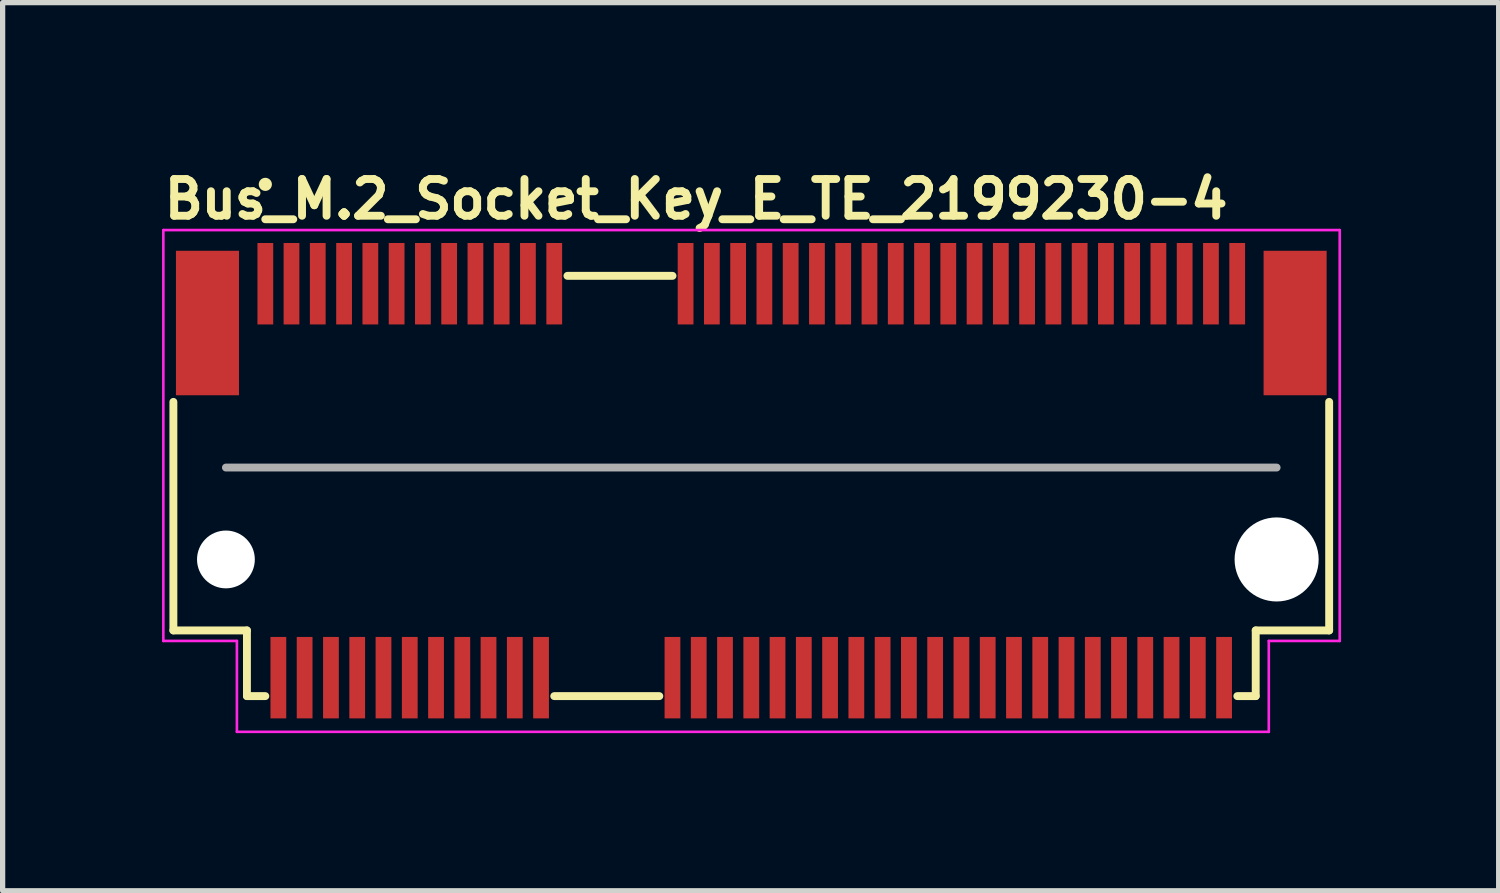
<source format=kicad_pcb>
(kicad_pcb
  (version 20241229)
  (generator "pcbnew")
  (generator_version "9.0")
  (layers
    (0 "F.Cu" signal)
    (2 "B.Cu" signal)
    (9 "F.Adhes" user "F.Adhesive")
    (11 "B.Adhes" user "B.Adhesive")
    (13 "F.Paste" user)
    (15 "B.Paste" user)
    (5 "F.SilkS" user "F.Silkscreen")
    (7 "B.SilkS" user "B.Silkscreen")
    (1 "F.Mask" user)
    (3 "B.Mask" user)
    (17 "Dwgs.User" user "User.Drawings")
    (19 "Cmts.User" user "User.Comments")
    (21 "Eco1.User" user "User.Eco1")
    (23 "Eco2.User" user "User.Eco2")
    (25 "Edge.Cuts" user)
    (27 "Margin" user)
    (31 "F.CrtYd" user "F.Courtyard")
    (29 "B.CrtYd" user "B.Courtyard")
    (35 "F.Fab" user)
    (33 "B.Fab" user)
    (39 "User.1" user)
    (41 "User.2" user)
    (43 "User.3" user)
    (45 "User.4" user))
  (footprint "Bus_M.2_Socket_Key_E_TE_2199230-4"
    (layer "F.Cu")
    (at 11.249 6.099)
    (property "Reference" "Bus_M.2_Socket_Key_E_TE_2199230-4" (at -11.249 -4.949 0) (layer "F.SilkS") (effects (font (size 0.7 0.7) (thickness 0.15)) (justify left bottom)))
    (attr smd)
    (fp_line (start -10.999 2.85) (end -10.999 -1.5) (stroke (width 0.15) (type solid)) (layer "F.SilkS"))
    (fp_line (start -9.599 2.85) (end -10.999 2.85) (stroke (width 0.15) (type solid)) (layer "F.SilkS"))
    (fp_line (start -9.599 2.85) (end -9.599 4.1) (stroke (width 0.15) (type solid)) (layer "F.SilkS"))
    (fp_line (start -9.599 4.1) (end -9.249 4.1) (stroke (width 0.15) (type solid)) (layer "F.SilkS"))
    (fp_line (start -3.75 4.1) (end -1.75 4.1) (stroke (width 0.15) (type solid)) (layer "F.SilkS"))
    (fp_line (start -3.499 -3.899) (end -1.499 -3.899) (stroke (width 0.15) (type solid)) (layer "F.SilkS"))
    (fp_line (start 9.251 4.1) (end 9.601 4.1) (stroke (width 0.15) (type solid)) (layer "F.SilkS"))
    (fp_line (start 9.601 4.1) (end 9.601 2.85) (stroke (width 0.15) (type solid)) (layer "F.SilkS"))
    (fp_line (start 10.999 -1.5) (end 10.999 2.85) (stroke (width 0.15) (type solid)) (layer "F.SilkS"))
    (fp_line (start 10.999 2.85) (end 9.601 2.85) (stroke (width 0.15) (type solid)) (layer "F.SilkS"))
    (fp_circle (center -9.249 -5.64) (end -9.199 -5.64) (stroke (width 0.15) (type solid)) (fill yes) (layer "F.SilkS"))
    (fp_line (start -11.19 -4.77) (end -11.19 3.05) (stroke (width 0.05) (type solid)) (layer "F.CrtYd"))
    (fp_line (start -11.19 3.05) (end -9.79 3.05) (stroke (width 0.05) (type solid)) (layer "F.CrtYd"))
    (fp_line (start -9.79 3.05) (end -9.79 4.78) (stroke (width 0.05) (type solid)) (layer "F.CrtYd"))
    (fp_line (start -9.79 4.78) (end 9.85 4.78) (stroke (width 0.05) (type solid)) (layer "F.CrtYd"))
    (fp_line (start 9.85 3.05) (end 11.2 3.05) (stroke (width 0.05) (type solid)) (layer "F.CrtYd"))
    (fp_line (start 9.85 4.78) (end 9.85 3.05) (stroke (width 0.05) (type solid)) (layer "F.CrtYd"))
    (fp_line (start 11.2 -4.77) (end -11.19 -4.77) (stroke (width 0.05) (type solid)) (layer "F.CrtYd"))
    (fp_line (start 11.2 3.05) (end 11.2 -4.77) (stroke (width 0.05) (type solid)) (layer "F.CrtYd"))
    (fp_line (start -9.999 -0.25) (end 9.999 -0.25) (stroke (width 0.15) (type solid)) (layer "F.Fab"))
    (fp_rect (start -10.949 -4.349) (end 10.95 4.35) (stroke (width 0.1) (type solid)) (fill no) (layer "User.5"))
    (fp_line (start -10.949 -3.749) (end -10.949 1.749) (stroke (width 0.02) (type solid)) (layer "User.9"))
    (fp_line (start -10.949 -3.749) (end 10.95 -3.749) (stroke (width 0.02) (type solid)) (layer "User.9"))
    (fp_line (start -10.949 2.183) (end -10.949 1.749) (stroke (width 0.02) (type solid)) (layer "User.9"))
    (fp_line (start -10.949 2.183) (end -10.949 2.183) (stroke (width 0.02) (type solid)) (layer "User.9"))
    (fp_line (start -10.949 2.374) (end -10.949 2.183) (stroke (width 0.02) (type solid)) (layer "User.9"))
    (fp_line (start -10.949 2.374) (end -10.949 2.374) (stroke (width 0.02) (type solid)) (layer "User.9"))
    (fp_line (start -10.949 2.457) (end -10.949 2.374) (stroke (width 0.02) (type solid)) (layer "User.9"))
    (fp_line (start -10.949 2.457) (end -10.949 2.457) (stroke (width 0.02) (type solid)) (layer "User.9"))
    (fp_line (start -10.949 2.531) (end -10.949 2.457) (stroke (width 0.02) (type solid)) (layer "User.9"))
    (fp_line (start -10.949 2.531) (end -10.949 2.531) (stroke (width 0.02) (type solid)) (layer "User.9"))
    (fp_line (start -10.949 2.595) (end -10.949 2.531) (stroke (width 0.02) (type solid)) (layer "User.9"))
    (fp_line (start -10.949 2.595) (end -10.949 2.595) (stroke (width 0.02) (type solid)) (layer "User.9"))
    (fp_line (start -10.949 2.651) (end -10.949 2.595) (stroke (width 0.02) (type solid)) (layer "User.9"))
    (fp_line (start -10.949 2.651) (end -10.949 2.651) (stroke (width 0.02) (type solid)) (layer "User.9"))
    (fp_line (start -10.949 2.693) (end -10.949 2.651) (stroke (width 0.02) (type solid)) (layer "User.9"))
    (fp_line (start -10.949 2.693) (end -10.949 2.693) (stroke (width 0.02) (type solid)) (layer "User.9"))
    (fp_line (start -10.949 2.725) (end -10.949 2.693) (stroke (width 0.02) (type solid)) (layer "User.9"))
    (fp_line (start -10.949 2.725) (end -10.949 2.725) (stroke (width 0.02) (type solid)) (layer "User.9"))
    (fp_line (start -10.949 2.744) (end -10.949 2.725) (stroke (width 0.02) (type solid)) (layer "User.9"))
    (fp_line (start -10.949 2.744) (end -10.949 2.744) (stroke (width 0.02) (type solid)) (layer "User.9"))
    (fp_line (start -10.949 2.749) (end -10.949 2.744) (stroke (width 0.02) (type solid)) (layer "User.9"))
    (fp_line (start -10.949 2.749) (end -10.574 2.749) (stroke (width 0.02) (type solid)) (layer "User.9"))
    (fp_line (start -10.574 1.749) (end -2.674 1.749) (stroke (width 0.02) (type solid)) (layer "User.9"))
    (fp_line (start -10.574 2.749) (end -10.55 2.749) (stroke (width 0.02) (type solid)) (layer "User.9"))
    (fp_line (start -10.55 2.749) (end -10.525 2.747) (stroke (width 0.02) (type solid)) (layer "User.9"))
    (fp_line (start -10.525 2.747) (end -10.501 2.744) (stroke (width 0.02) (type solid)) (layer "User.9"))
    (fp_line (start -10.501 2.744) (end -10.477 2.741) (stroke (width 0.02) (type solid)) (layer "User.9"))
    (fp_line (start -10.477 2.741) (end -10.453 2.733) (stroke (width 0.02) (type solid)) (layer "User.9"))
    (fp_line (start -10.453 2.733) (end -10.429 2.728) (stroke (width 0.02) (type solid)) (layer "User.9"))
    (fp_line (start -10.429 2.728) (end -10.407 2.72) (stroke (width 0.02) (type solid)) (layer "User.9"))
    (fp_line (start -10.407 2.72) (end -10.384 2.712) (stroke (width 0.02) (type solid)) (layer "User.9"))
    (fp_line (start -10.384 2.712) (end -10.362 2.701) (stroke (width 0.02) (type solid)) (layer "User.9"))
    (fp_line (start -10.362 2.701) (end -10.34 2.691) (stroke (width 0.02) (type solid)) (layer "User.9"))
    (fp_line (start -10.34 2.691) (end -10.318 2.68) (stroke (width 0.02) (type solid)) (layer "User.9"))
    (fp_line (start -10.318 2.68) (end -10.298 2.664) (stroke (width 0.02) (type solid)) (layer "User.9"))
    (fp_line (start -10.298 2.664) (end -10.278 2.651) (stroke (width 0.02) (type solid)) (layer "User.9"))
    (fp_line (start -10.278 2.651) (end -10.259 2.635) (stroke (width 0.02) (type solid)) (layer "User.9"))
    (fp_line (start -10.259 2.635) (end -10.239 2.619) (stroke (width 0.02) (type solid)) (layer "User.9"))
    (fp_line (start -10.239 2.619) (end -10.221 2.603) (stroke (width 0.02) (type solid)) (layer "User.9"))
    (fp_line (start -10.221 2.603) (end -10.221 2.603) (stroke (width 0.02) (type solid)) (layer "User.9"))
    (fp_line (start -10.221 2.603) (end -10.205 2.584) (stroke (width 0.02) (type solid)) (layer "User.9"))
    (fp_line (start -10.205 2.584) (end -10.189 2.566) (stroke (width 0.02) (type solid)) (layer "User.9"))
    (fp_line (start -10.189 2.566) (end -10.174 2.547) (stroke (width 0.02) (type solid)) (layer "User.9"))
    (fp_line (start -10.174 2.547) (end -10.16 2.528) (stroke (width 0.02) (type solid)) (layer "User.9"))
    (fp_line (start -10.16 2.528) (end -10.145 2.507) (stroke (width 0.02) (type solid)) (layer "User.9"))
    (fp_line (start -10.145 2.507) (end -10.133 2.486) (stroke (width 0.02) (type solid)) (layer "User.9"))
    (fp_line (start -10.133 2.486) (end -10.122 2.462) (stroke (width 0.02) (type solid)) (layer "User.9"))
    (fp_line (start -10.122 2.462) (end -10.113 2.441) (stroke (width 0.02) (type solid)) (layer "User.9"))
    (fp_line (start -10.113 2.441) (end -10.104 2.419) (stroke (width 0.02) (type solid)) (layer "User.9"))
    (fp_line (start -10.104 2.419) (end -10.096 2.395) (stroke (width 0.02) (type solid)) (layer "User.9"))
    (fp_line (start -10.096 2.395) (end -10.09 2.372) (stroke (width 0.02) (type solid)) (layer "User.9"))
    (fp_line (start -10.09 2.372) (end -10.084 2.348) (stroke (width 0.02) (type solid)) (layer "User.9"))
    (fp_line (start -10.084 2.348) (end -10.081 2.324) (stroke (width 0.02) (type solid)) (layer "User.9"))
    (fp_line (start -10.081 2.324) (end -10.078 2.3) (stroke (width 0.02) (type solid)) (layer "User.9"))
    (fp_line (start -10.078 2.3) (end -10.076 2.273) (stroke (width 0.02) (type solid)) (layer "User.9"))
    (fp_line (start -10.076 2.273) (end -10.075 2.249) (stroke (width 0.02) (type solid)) (layer "User.9"))
    (fp_line (start -10.075 2.103) (end -10.075 1.749) (stroke (width 0.02) (type solid)) (layer "User.9"))
    (fp_line (start -10.075 2.103) (end -10.075 2.103) (stroke (width 0.02) (type solid)) (layer "User.9"))
    (fp_line (start -10.075 2.249) (end -10.075 2.103) (stroke (width 0.02) (type solid)) (layer "User.9"))
    (fp_line (start -9.55 -3.22) (end -8.95 -3.22) (stroke (width 0.02) (type solid)) (layer "User.9"))
    (fp_line (start -9.499 1.749) (end -9.499 3.999) (stroke (width 0.02) (type solid)) (layer "User.9"))
    (fp_line (start -9.499 2.749) (end -10.574 2.749) (stroke (width 0.02) (type solid)) (layer "User.9"))
    (fp_line (start -9.499 3.999) (end -3.655 3.999) (stroke (width 0.02) (type solid)) (layer "User.9"))
    (fp_line (start -9.324 -4.349) (end -9.324 -3.85) (stroke (width 0.02) (type solid)) (layer "User.9"))
    (fp_line (start -9.324 -4.349) (end -9.176 -4.349) (stroke (width 0.02) (type solid)) (layer "User.9"))
    (fp_line (start -9.324 -3.85) (end -9.324 -3.749) (stroke (width 0.02) (type solid)) (layer "User.9"))
    (fp_line (start -9.249 -3.74) (end -9.55 -3.22) (stroke (width 0.02) (type solid)) (layer "User.9"))
    (fp_line (start -9.176 -4.349) (end -9.176 -3.85) (stroke (width 0.02) (type solid)) (layer "User.9"))
    (fp_line (start -9.176 -3.85) (end -9.176 -3.749) (stroke (width 0.02) (type solid)) (layer "User.9"))
    (fp_line (start -9.094 2.252) (end -9.074 1.981) (stroke (width 0.02) (type solid)) (layer "User.9"))
    (fp_line (start -9.094 2.252) (end -8.906 2.252) (stroke (width 0.02) (type solid)) (layer "User.9"))
    (fp_line (start -9.074 1.749) (end -9.074 1.797) (stroke (width 0.02) (type solid)) (layer "User.9"))
    (fp_line (start -9.074 1.903) (end -9.074 1.797) (stroke (width 0.02) (type solid)) (layer "User.9"))
    (fp_line (start -9.074 1.903) (end -9.074 1.981) (stroke (width 0.02) (type solid)) (layer "User.9"))
    (fp_line (start -9.074 3.999) (end -9.074 4.35) (stroke (width 0.02) (type solid)) (layer "User.9"))
    (fp_line (start -9.074 4.35) (end -8.925 4.35) (stroke (width 0.02) (type solid)) (layer "User.9"))
    (fp_line (start -8.95 -3.22) (end -9.249 -3.74) (stroke (width 0.02) (type solid)) (layer "User.9"))
    (fp_line (start -8.925 1.749) (end -8.925 1.797) (stroke (width 0.02) (type solid)) (layer "User.9"))
    (fp_line (start -8.925 1.903) (end -8.925 1.797) (stroke (width 0.02) (type solid)) (layer "User.9"))
    (fp_line (start -8.925 1.903) (end -8.925 1.981) (stroke (width 0.02) (type solid)) (layer "User.9"))
    (fp_line (start -8.925 3.999) (end -8.925 4.35) (stroke (width 0.02) (type solid)) (layer "User.9"))
    (fp_line (start -8.906 2.252) (end -8.925 1.981) (stroke (width 0.02) (type solid)) (layer "User.9"))
    (fp_line (start -8.825 -4.349) (end -8.825 -3.85) (stroke (width 0.02) (type solid)) (layer "User.9"))
    (fp_line (start -8.825 -4.349) (end -8.675 -4.349) (stroke (width 0.02) (type solid)) (layer "User.9"))
    (fp_line (start -8.825 -3.85) (end -8.825 -3.749) (stroke (width 0.02) (type solid)) (layer "User.9"))
    (fp_line (start -8.675 -4.349) (end -8.675 -3.85) (stroke (width 0.02) (type solid)) (layer "User.9"))
    (fp_line (start -8.675 -3.85) (end -8.675 -3.749) (stroke (width 0.02) (type solid)) (layer "User.9"))
    (fp_line (start -8.593 2.252) (end -8.574 1.981) (stroke (width 0.02) (type solid)) (layer "User.9"))
    (fp_line (start -8.593 2.252) (end -8.407 2.252) (stroke (width 0.02) (type solid)) (layer "User.9"))
    (fp_line (start -8.574 1.749) (end -8.574 1.797) (stroke (width 0.02) (type solid)) (layer "User.9"))
    (fp_line (start -8.574 1.903) (end -8.574 1.797) (stroke (width 0.02) (type solid)) (layer "User.9"))
    (fp_line (start -8.574 1.903) (end -8.574 1.981) (stroke (width 0.02) (type solid)) (layer "User.9"))
    (fp_line (start -8.574 3.999) (end -8.574 4.35) (stroke (width 0.02) (type solid)) (layer "User.9"))
    (fp_line (start -8.574 4.35) (end -8.425 4.35) (stroke (width 0.02) (type solid)) (layer "User.9"))
    (fp_line (start -8.425 1.749) (end -8.425 1.797) (stroke (width 0.02) (type solid)) (layer "User.9"))
    (fp_line (start -8.425 1.903) (end -8.425 1.797) (stroke (width 0.02) (type solid)) (layer "User.9"))
    (fp_line (start -8.425 1.903) (end -8.425 1.981) (stroke (width 0.02) (type solid)) (layer "User.9"))
    (fp_line (start -8.425 3.999) (end -8.425 4.35) (stroke (width 0.02) (type solid)) (layer "User.9"))
    (fp_line (start -8.407 2.252) (end -8.425 1.981) (stroke (width 0.02) (type solid)) (layer "User.9"))
    (fp_line (start -8.324 -4.349) (end -8.324 -3.85) (stroke (width 0.02) (type solid)) (layer "User.9"))
    (fp_line (start -8.324 -4.349) (end -8.175 -4.349) (stroke (width 0.02) (type solid)) (layer "User.9"))
    (fp_line (start -8.324 -3.85) (end -8.324 -3.749) (stroke (width 0.02) (type solid)) (layer "User.9"))
    (fp_line (start -8.175 -4.349) (end -8.175 -3.85) (stroke (width 0.02) (type solid)) (layer "User.9"))
    (fp_line (start -8.175 -3.85) (end -8.175 -3.749) (stroke (width 0.02) (type solid)) (layer "User.9"))
    (fp_line (start -8.093 2.252) (end -8.074 1.981) (stroke (width 0.02) (type solid)) (layer "User.9"))
    (fp_line (start -8.093 2.252) (end -7.907 2.252) (stroke (width 0.02) (type solid)) (layer "User.9"))
    (fp_line (start -8.074 1.749) (end -8.074 1.797) (stroke (width 0.02) (type solid)) (layer "User.9"))
    (fp_line (start -8.074 1.903) (end -8.074 1.797) (stroke (width 0.02) (type solid)) (layer "User.9"))
    (fp_line (start -8.074 1.903) (end -8.074 1.981) (stroke (width 0.02) (type solid)) (layer "User.9"))
    (fp_line (start -8.074 3.999) (end -8.074 4.35) (stroke (width 0.02) (type solid)) (layer "User.9"))
    (fp_line (start -8.074 4.35) (end -7.925 4.35) (stroke (width 0.02) (type solid)) (layer "User.9"))
    (fp_line (start -7.925 1.749) (end -7.925 1.797) (stroke (width 0.02) (type solid)) (layer "User.9"))
    (fp_line (start -7.925 1.903) (end -7.925 1.797) (stroke (width 0.02) (type solid)) (layer "User.9"))
    (fp_line (start -7.925 1.903) (end -7.925 1.981) (stroke (width 0.02) (type solid)) (layer "User.9"))
    (fp_line (start -7.925 3.999) (end -7.925 4.35) (stroke (width 0.02) (type solid)) (layer "User.9"))
    (fp_line (start -7.907 2.252) (end -7.925 1.981) (stroke (width 0.02) (type solid)) (layer "User.9"))
    (fp_line (start -7.826 -4.349) (end -7.826 -3.85) (stroke (width 0.02) (type solid)) (layer "User.9"))
    (fp_line (start -7.826 -4.349) (end -7.675 -4.349) (stroke (width 0.02) (type solid)) (layer "User.9"))
    (fp_line (start -7.826 -3.85) (end -7.826 -3.749) (stroke (width 0.02) (type solid)) (layer "User.9"))
    (fp_line (start -7.675 -4.349) (end -7.675 -3.85) (stroke (width 0.02) (type solid)) (layer "User.9"))
    (fp_line (start -7.675 -3.85) (end -7.675 -3.749) (stroke (width 0.02) (type solid)) (layer "User.9"))
    (fp_line (start -7.593 2.252) (end -7.576 1.981) (stroke (width 0.02) (type solid)) (layer "User.9"))
    (fp_line (start -7.593 2.252) (end -7.407 2.252) (stroke (width 0.02) (type solid)) (layer "User.9"))
    (fp_line (start -7.576 1.749) (end -7.576 1.797) (stroke (width 0.02) (type solid)) (layer "User.9"))
    (fp_line (start -7.576 1.903) (end -7.576 1.797) (stroke (width 0.02) (type solid)) (layer "User.9"))
    (fp_line (start -7.576 1.903) (end -7.576 1.981) (stroke (width 0.02) (type solid)) (layer "User.9"))
    (fp_line (start -7.576 3.999) (end -7.576 4.35) (stroke (width 0.02) (type solid)) (layer "User.9"))
    (fp_line (start -7.576 4.35) (end -7.425 4.35) (stroke (width 0.02) (type solid)) (layer "User.9"))
    (fp_line (start -7.425 1.749) (end -7.425 1.797) (stroke (width 0.02) (type solid)) (layer "User.9"))
    (fp_line (start -7.425 1.903) (end -7.425 1.797) (stroke (width 0.02) (type solid)) (layer "User.9"))
    (fp_line (start -7.425 1.903) (end -7.425 1.981) (stroke (width 0.02) (type solid)) (layer "User.9"))
    (fp_line (start -7.425 3.999) (end -7.425 4.35) (stroke (width 0.02) (type solid)) (layer "User.9"))
    (fp_line (start -7.407 2.252) (end -7.425 1.981) (stroke (width 0.02) (type solid)) (layer "User.9"))
    (fp_line (start -7.326 -4.349) (end -7.326 -3.85) (stroke (width 0.02) (type solid)) (layer "User.9"))
    (fp_line (start -7.326 -4.349) (end -7.174 -4.349) (stroke (width 0.02) (type solid)) (layer "User.9"))
    (fp_line (start -7.326 -3.85) (end -7.326 -3.749) (stroke (width 0.02) (type solid)) (layer "User.9"))
    (fp_line (start -7.174 -4.349) (end -7.174 -3.85) (stroke (width 0.02) (type solid)) (layer "User.9"))
    (fp_line (start -7.174 -3.85) (end -7.174 -3.749) (stroke (width 0.02) (type solid)) (layer "User.9"))
    (fp_line (start -7.093 2.252) (end -7.076 1.981) (stroke (width 0.02) (type solid)) (layer "User.9"))
    (fp_line (start -7.093 2.252) (end -6.907 2.252) (stroke (width 0.02) (type solid)) (layer "User.9"))
    (fp_line (start -7.076 1.749) (end -7.076 1.797) (stroke (width 0.02) (type solid)) (layer "User.9"))
    (fp_line (start -7.076 1.903) (end -7.076 1.797) (stroke (width 0.02) (type solid)) (layer "User.9"))
    (fp_line (start -7.076 1.903) (end -7.076 1.981) (stroke (width 0.02) (type solid)) (layer "User.9"))
    (fp_line (start -7.076 3.999) (end -7.076 4.35) (stroke (width 0.02) (type solid)) (layer "User.9"))
    (fp_line (start -7.076 4.35) (end -6.924 4.35) (stroke (width 0.02) (type solid)) (layer "User.9"))
    (fp_line (start -6.924 1.749) (end -6.924 1.797) (stroke (width 0.02) (type solid)) (layer "User.9"))
    (fp_line (start -6.924 1.903) (end -6.924 1.797) (stroke (width 0.02) (type solid)) (layer "User.9"))
    (fp_line (start -6.924 1.903) (end -6.924 1.981) (stroke (width 0.02) (type solid)) (layer "User.9"))
    (fp_line (start -6.924 3.999) (end -6.924 4.35) (stroke (width 0.02) (type solid)) (layer "User.9"))
    (fp_line (start -6.907 2.252) (end -6.924 1.981) (stroke (width 0.02) (type solid)) (layer "User.9"))
    (fp_line (start -6.826 -4.349) (end -6.826 -3.85) (stroke (width 0.02) (type solid)) (layer "User.9"))
    (fp_line (start -6.826 -4.349) (end -6.674 -4.349) (stroke (width 0.02) (type solid)) (layer "User.9"))
    (fp_line (start -6.826 -3.85) (end -6.826 -3.749) (stroke (width 0.02) (type solid)) (layer "User.9"))
    (fp_line (start -6.674 -4.349) (end -6.674 -3.85) (stroke (width 0.02) (type solid)) (layer "User.9"))
    (fp_line (start -6.674 -3.85) (end -6.674 -3.749) (stroke (width 0.02) (type solid)) (layer "User.9"))
    (fp_line (start -6.593 2.252) (end -6.576 1.981) (stroke (width 0.02) (type solid)) (layer "User.9"))
    (fp_line (start -6.593 2.252) (end -6.407 2.252) (stroke (width 0.02) (type solid)) (layer "User.9"))
    (fp_line (start -6.576 1.749) (end -6.576 1.797) (stroke (width 0.02) (type solid)) (layer "User.9"))
    (fp_line (start -6.576 1.903) (end -6.576 1.797) (stroke (width 0.02) (type solid)) (layer "User.9"))
    (fp_line (start -6.576 1.903) (end -6.576 1.981) (stroke (width 0.02) (type solid)) (layer "User.9"))
    (fp_line (start -6.576 3.999) (end -6.576 4.35) (stroke (width 0.02) (type solid)) (layer "User.9"))
    (fp_line (start -6.576 4.35) (end -6.424 4.35) (stroke (width 0.02) (type solid)) (layer "User.9"))
    (fp_line (start -6.424 1.749) (end -6.424 1.797) (stroke (width 0.02) (type solid)) (layer "User.9"))
    (fp_line (start -6.424 1.903) (end -6.424 1.797) (stroke (width 0.02) (type solid)) (layer "User.9"))
    (fp_line (start -6.424 1.903) (end -6.424 1.981) (stroke (width 0.02) (type solid)) (layer "User.9"))
    (fp_line (start -6.424 3.999) (end -6.424 4.35) (stroke (width 0.02) (type solid)) (layer "User.9"))
    (fp_line (start -6.407 2.252) (end -6.424 1.981) (stroke (width 0.02) (type solid)) (layer "User.9"))
    (fp_line (start -6.326 -4.349) (end -6.326 -3.85) (stroke (width 0.02) (type solid)) (layer "User.9"))
    (fp_line (start -6.326 -4.349) (end -6.174 -4.349) (stroke (width 0.02) (type solid)) (layer "User.9"))
    (fp_line (start -6.326 -3.85) (end -6.326 -3.749) (stroke (width 0.02) (type solid)) (layer "User.9"))
    (fp_line (start -6.174 -4.349) (end -6.174 -3.85) (stroke (width 0.02) (type solid)) (layer "User.9"))
    (fp_line (start -6.174 -3.85) (end -6.174 -3.749) (stroke (width 0.02) (type solid)) (layer "User.9"))
    (fp_line (start -6.093 2.252) (end -6.076 1.981) (stroke (width 0.02) (type solid)) (layer "User.9"))
    (fp_line (start -6.093 2.252) (end -5.907 2.252) (stroke (width 0.02) (type solid)) (layer "User.9"))
    (fp_line (start -6.076 1.749) (end -6.076 1.797) (stroke (width 0.02) (type solid)) (layer "User.9"))
    (fp_line (start -6.076 1.903) (end -6.076 1.797) (stroke (width 0.02) (type solid)) (layer "User.9"))
    (fp_line (start -6.076 1.903) (end -6.076 1.981) (stroke (width 0.02) (type solid)) (layer "User.9"))
    (fp_line (start -6.076 3.999) (end -6.076 4.35) (stroke (width 0.02) (type solid)) (layer "User.9"))
    (fp_line (start -6.076 4.35) (end -5.924 4.35) (stroke (width 0.02) (type solid)) (layer "User.9"))
    (fp_line (start -5.924 1.749) (end -5.924 1.797) (stroke (width 0.02) (type solid)) (layer "User.9"))
    (fp_line (start -5.924 1.903) (end -5.924 1.797) (stroke (width 0.02) (type solid)) (layer "User.9"))
    (fp_line (start -5.924 1.903) (end -5.924 1.981) (stroke (width 0.02) (type solid)) (layer "User.9"))
    (fp_line (start -5.924 3.999) (end -5.924 4.35) (stroke (width 0.02) (type solid)) (layer "User.9"))
    (fp_line (start -5.907 2.252) (end -5.924 1.981) (stroke (width 0.02) (type solid)) (layer "User.9"))
    (fp_line (start -5.826 -4.349) (end -5.826 -3.85) (stroke (width 0.02) (type solid)) (layer "User.9"))
    (fp_line (start -5.826 -4.349) (end -5.674 -4.349) (stroke (width 0.02) (type solid)) (layer "User.9"))
    (fp_line (start -5.826 -3.85) (end -5.826 -3.749) (stroke (width 0.02) (type solid)) (layer "User.9"))
    (fp_line (start -5.674 -4.349) (end -5.674 -3.85) (stroke (width 0.02) (type solid)) (layer "User.9"))
    (fp_line (start -5.674 -3.85) (end -5.674 -3.749) (stroke (width 0.02) (type solid)) (layer "User.9"))
    (fp_line (start -5.593 2.252) (end -5.576 1.981) (stroke (width 0.02) (type solid)) (layer "User.9"))
    (fp_line (start -5.593 2.252) (end -5.407 2.252) (stroke (width 0.02) (type solid)) (layer "User.9"))
    (fp_line (start -5.576 1.749) (end -5.576 1.797) (stroke (width 0.02) (type solid)) (layer "User.9"))
    (fp_line (start -5.576 1.903) (end -5.576 1.797) (stroke (width 0.02) (type solid)) (layer "User.9"))
    (fp_line (start -5.576 1.903) (end -5.576 1.981) (stroke (width 0.02) (type solid)) (layer "User.9"))
    (fp_line (start -5.576 3.999) (end -5.576 4.35) (stroke (width 0.02) (type solid)) (layer "User.9"))
    (fp_line (start -5.576 4.35) (end -5.424 4.35) (stroke (width 0.02) (type solid)) (layer "User.9"))
    (fp_line (start -5.424 1.749) (end -5.424 1.797) (stroke (width 0.02) (type solid)) (layer "User.9"))
    (fp_line (start -5.424 1.903) (end -5.424 1.797) (stroke (width 0.02) (type solid)) (layer "User.9"))
    (fp_line (start -5.424 1.903) (end -5.424 1.981) (stroke (width 0.02) (type solid)) (layer "User.9"))
    (fp_line (start -5.424 3.999) (end -5.424 4.35) (stroke (width 0.02) (type solid)) (layer "User.9"))
    (fp_line (start -5.407 2.252) (end -5.424 1.981) (stroke (width 0.02) (type solid)) (layer "User.9"))
    (fp_line (start -5.326 -4.349) (end -5.326 -3.85) (stroke (width 0.02) (type solid)) (layer "User.9"))
    (fp_line (start -5.326 -4.349) (end -5.174 -4.349) (stroke (width 0.02) (type solid)) (layer "User.9"))
    (fp_line (start -5.326 -3.85) (end -5.326 -3.749) (stroke (width 0.02) (type solid)) (layer "User.9"))
    (fp_line (start -5.174 -4.349) (end -5.174 -3.85) (stroke (width 0.02) (type solid)) (layer "User.9"))
    (fp_line (start -5.174 -3.85) (end -5.174 -3.749) (stroke (width 0.02) (type solid)) (layer "User.9"))
    (fp_line (start -5.094 2.252) (end -5.075 1.981) (stroke (width 0.02) (type solid)) (layer "User.9"))
    (fp_line (start -5.094 2.252) (end -4.907 2.252) (stroke (width 0.02) (type solid)) (layer "User.9"))
    (fp_line (start -5.075 1.749) (end -5.075 1.797) (stroke (width 0.02) (type solid)) (layer "User.9"))
    (fp_line (start -5.075 1.903) (end -5.075 1.797) (stroke (width 0.02) (type solid)) (layer "User.9"))
    (fp_line (start -5.075 1.903) (end -5.075 1.981) (stroke (width 0.02) (type solid)) (layer "User.9"))
    (fp_line (start -5.075 3.999) (end -5.075 4.35) (stroke (width 0.02) (type solid)) (layer "User.9"))
    (fp_line (start -5.075 4.35) (end -4.924 4.35) (stroke (width 0.02) (type solid)) (layer "User.9"))
    (fp_line (start -4.924 1.749) (end -4.924 1.797) (stroke (width 0.02) (type solid)) (layer "User.9"))
    (fp_line (start -4.924 1.903) (end -4.924 1.797) (stroke (width 0.02) (type solid)) (layer "User.9"))
    (fp_line (start -4.924 1.903) (end -4.924 1.981) (stroke (width 0.02) (type solid)) (layer "User.9"))
    (fp_line (start -4.924 3.999) (end -4.924 4.35) (stroke (width 0.02) (type solid)) (layer "User.9"))
    (fp_line (start -4.907 2.252) (end -4.924 1.981) (stroke (width 0.02) (type solid)) (layer "User.9"))
    (fp_line (start -4.825 -4.349) (end -4.825 -3.85) (stroke (width 0.02) (type solid)) (layer "User.9"))
    (fp_line (start -4.825 -4.349) (end -4.674 -4.349) (stroke (width 0.02) (type solid)) (layer "User.9"))
    (fp_line (start -4.825 -3.85) (end -4.825 -3.749) (stroke (width 0.02) (type solid)) (layer "User.9"))
    (fp_line (start -4.674 -4.349) (end -4.674 -3.85) (stroke (width 0.02) (type solid)) (layer "User.9"))
    (fp_line (start -4.674 -3.85) (end -4.674 -3.749) (stroke (width 0.02) (type solid)) (layer "User.9"))
    (fp_line (start -4.594 2.252) (end -4.575 1.981) (stroke (width 0.02) (type solid)) (layer "User.9"))
    (fp_line (start -4.594 2.252) (end -4.407 2.252) (stroke (width 0.02) (type solid)) (layer "User.9"))
    (fp_line (start -4.575 1.749) (end -4.575 1.797) (stroke (width 0.02) (type solid)) (layer "User.9"))
    (fp_line (start -4.575 1.903) (end -4.575 1.797) (stroke (width 0.02) (type solid)) (layer "User.9"))
    (fp_line (start -4.575 1.903) (end -4.575 1.981) (stroke (width 0.02) (type solid)) (layer "User.9"))
    (fp_line (start -4.575 3.999) (end -4.575 4.35) (stroke (width 0.02) (type solid)) (layer "User.9"))
    (fp_line (start -4.575 4.35) (end -4.424 4.35) (stroke (width 0.02) (type solid)) (layer "User.9"))
    (fp_line (start -4.424 1.749) (end -4.424 1.797) (stroke (width 0.02) (type solid)) (layer "User.9"))
    (fp_line (start -4.424 1.903) (end -4.424 1.797) (stroke (width 0.02) (type solid)) (layer "User.9"))
    (fp_line (start -4.424 1.903) (end -4.424 1.981) (stroke (width 0.02) (type solid)) (layer "User.9"))
    (fp_line (start -4.424 3.999) (end -4.424 4.35) (stroke (width 0.02) (type solid)) (layer "User.9"))
    (fp_line (start -4.407 2.252) (end -4.424 1.981) (stroke (width 0.02) (type solid)) (layer "User.9"))
    (fp_line (start -4.325 -4.349) (end -4.325 -3.85) (stroke (width 0.02) (type solid)) (layer "User.9"))
    (fp_line (start -4.325 -4.349) (end -4.174 -4.349) (stroke (width 0.02) (type solid)) (layer "User.9"))
    (fp_line (start -4.325 -3.85) (end -4.325 -3.749) (stroke (width 0.02) (type solid)) (layer "User.9"))
    (fp_line (start -4.174 -4.349) (end -4.174 -3.85) (stroke (width 0.02) (type solid)) (layer "User.9"))
    (fp_line (start -4.174 -3.85) (end -4.174 -3.749) (stroke (width 0.02) (type solid)) (layer "User.9"))
    (fp_line (start -4.094 2.252) (end -4.075 1.981) (stroke (width 0.02) (type solid)) (layer "User.9"))
    (fp_line (start -4.094 2.252) (end -3.907 2.252) (stroke (width 0.02) (type solid)) (layer "User.9"))
    (fp_line (start -4.075 1.749) (end -4.075 1.797) (stroke (width 0.02) (type solid)) (layer "User.9"))
    (fp_line (start -4.075 1.903) (end -4.075 1.797) (stroke (width 0.02) (type solid)) (layer "User.9"))
    (fp_line (start -4.075 1.903) (end -4.075 1.981) (stroke (width 0.02) (type solid)) (layer "User.9"))
    (fp_line (start -4.075 3.999) (end -4.075 4.35) (stroke (width 0.02) (type solid)) (layer "User.9"))
    (fp_line (start -4.075 4.35) (end -3.924 4.35) (stroke (width 0.02) (type solid)) (layer "User.9"))
    (fp_line (start -3.924 1.749) (end -3.924 1.797) (stroke (width 0.02) (type solid)) (layer "User.9"))
    (fp_line (start -3.924 1.903) (end -3.924 1.797) (stroke (width 0.02) (type solid)) (layer "User.9"))
    (fp_line (start -3.924 1.903) (end -3.924 1.981) (stroke (width 0.02) (type solid)) (layer "User.9"))
    (fp_line (start -3.924 3.999) (end -3.924 4.35) (stroke (width 0.02) (type solid)) (layer "User.9"))
    (fp_line (start -3.907 2.252) (end -3.924 1.981) (stroke (width 0.02) (type solid)) (layer "User.9"))
    (fp_line (start -3.825 -4.349) (end -3.825 -3.85) (stroke (width 0.02) (type solid)) (layer "User.9"))
    (fp_line (start -3.825 -4.349) (end -3.674 -4.349) (stroke (width 0.02) (type solid)) (layer "User.9"))
    (fp_line (start -3.825 -3.85) (end -3.825 -3.749) (stroke (width 0.02) (type solid)) (layer "User.9"))
    (fp_line (start -3.674 -4.349) (end -3.674 -3.85) (stroke (width 0.02) (type solid)) (layer "User.9"))
    (fp_line (start -3.674 -3.85) (end -3.674 -3.749) (stroke (width 0.02) (type solid)) (layer "User.9"))
    (fp_line (start -3.655 1.749) (end -3.655 3.999) (stroke (width 0.02) (type solid)) (layer "User.9"))
    (fp_line (start -3.655 3.999) (end -3.546 3.999) (stroke (width 0.02) (type solid)) (layer "User.9"))
    (fp_line (start -3.546 3.749) (end -3.546 3.999) (stroke (width 0.02) (type solid)) (layer "User.9"))
    (fp_line (start -3.546 3.749) (end -1.955 3.749) (stroke (width 0.02) (type solid)) (layer "User.9"))
    (fp_line (start -3.174 2.103) (end -3.174 1.749) (stroke (width 0.02) (type solid)) (layer "User.9"))
    (fp_line (start -3.174 2.103) (end -3.174 2.103) (stroke (width 0.02) (type solid)) (layer "User.9"))
    (fp_line (start -3.174 2.249) (end -3.174 2.103) (stroke (width 0.02) (type solid)) (layer "User.9"))
    (fp_line (start -3.174 2.249) (end -3.174 2.273) (stroke (width 0.02) (type solid)) (layer "User.9"))
    (fp_line (start -3.174 2.273) (end -3.173 2.3) (stroke (width 0.02) (type solid)) (layer "User.9"))
    (fp_line (start -3.173 2.3) (end -3.17 2.324) (stroke (width 0.02) (type solid)) (layer "User.9"))
    (fp_line (start -3.17 2.324) (end -3.165 2.348) (stroke (width 0.02) (type solid)) (layer "User.9"))
    (fp_line (start -3.165 2.348) (end -3.16 2.372) (stroke (width 0.02) (type solid)) (layer "User.9"))
    (fp_line (start -3.16 2.372) (end -3.154 2.395) (stroke (width 0.02) (type solid)) (layer "User.9"))
    (fp_line (start -3.154 2.395) (end -3.146 2.419) (stroke (width 0.02) (type solid)) (layer "User.9"))
    (fp_line (start -3.146 2.419) (end -3.136 2.441) (stroke (width 0.02) (type solid)) (layer "User.9"))
    (fp_line (start -3.136 2.441) (end -3.128 2.462) (stroke (width 0.02) (type solid)) (layer "User.9"))
    (fp_line (start -3.128 2.462) (end -3.117 2.486) (stroke (width 0.02) (type solid)) (layer "User.9"))
    (fp_line (start -3.117 2.486) (end -3.104 2.507) (stroke (width 0.02) (type solid)) (layer "User.9"))
    (fp_line (start -3.104 2.507) (end -3.091 2.528) (stroke (width 0.02) (type solid)) (layer "User.9"))
    (fp_line (start -3.091 2.528) (end -3.077 2.547) (stroke (width 0.02) (type solid)) (layer "User.9"))
    (fp_line (start -3.077 2.547) (end -3.062 2.566) (stroke (width 0.02) (type solid)) (layer "User.9"))
    (fp_line (start -3.062 2.566) (end -3.046 2.584) (stroke (width 0.02) (type solid)) (layer "User.9"))
    (fp_line (start -3.046 2.584) (end -3.029 2.603) (stroke (width 0.02) (type solid)) (layer "User.9"))
    (fp_line (start -3.029 2.603) (end -3.029 2.603) (stroke (width 0.02) (type solid)) (layer "User.9"))
    (fp_line (start -3.029 2.603) (end -3.011 2.619) (stroke (width 0.02) (type solid)) (layer "User.9"))
    (fp_line (start -3.011 2.619) (end -2.992 2.635) (stroke (width 0.02) (type solid)) (layer "User.9"))
    (fp_line (start -2.992 2.635) (end -2.972 2.651) (stroke (width 0.02) (type solid)) (layer "User.9"))
    (fp_line (start -2.972 2.651) (end -2.953 2.664) (stroke (width 0.02) (type solid)) (layer "User.9"))
    (fp_line (start -2.953 2.664) (end -2.931 2.68) (stroke (width 0.02) (type solid)) (layer "User.9"))
    (fp_line (start -2.931 2.68) (end -2.91 2.691) (stroke (width 0.02) (type solid)) (layer "User.9"))
    (fp_line (start -2.91 2.691) (end -2.889 2.701) (stroke (width 0.02) (type solid)) (layer "User.9"))
    (fp_line (start -2.889 2.701) (end -2.867 2.712) (stroke (width 0.02) (type solid)) (layer "User.9"))
    (fp_line (start -2.867 2.712) (end -2.844 2.72) (stroke (width 0.02) (type solid)) (layer "User.9"))
    (fp_line (start -2.844 2.72) (end -2.82 2.728) (stroke (width 0.02) (type solid)) (layer "User.9"))
    (fp_line (start -2.82 2.728) (end -2.796 2.733) (stroke (width 0.02) (type solid)) (layer "User.9"))
    (fp_line (start -2.796 2.733) (end -2.774 2.741) (stroke (width 0.02) (type solid)) (layer "User.9"))
    (fp_line (start -2.774 2.741) (end -2.748 2.744) (stroke (width 0.02) (type solid)) (layer "User.9"))
    (fp_line (start -2.748 2.744) (end -2.724 2.747) (stroke (width 0.02) (type solid)) (layer "User.9"))
    (fp_line (start -2.724 2.747) (end -2.7 2.749) (stroke (width 0.02) (type solid)) (layer "User.9"))
    (fp_line (start -2.7 2.749) (end -2.674 2.749) (stroke (width 0.02) (type solid)) (layer "User.9"))
    (fp_line (start -2.674 2.749) (end -2.575 2.749) (stroke (width 0.02) (type solid)) (layer "User.9"))
    (fp_line (start -2.575 1.749) (end 10.575 1.749) (stroke (width 0.02) (type solid)) (layer "User.9"))
    (fp_line (start -2.551 2.749) (end -2.575 2.749) (stroke (width 0.02) (type solid)) (layer "User.9"))
    (fp_line (start -2.525 2.747) (end -2.551 2.749) (stroke (width 0.02) (type solid)) (layer "User.9"))
    (fp_line (start -2.501 2.744) (end -2.525 2.747) (stroke (width 0.02) (type solid)) (layer "User.9"))
    (fp_line (start -2.476 2.741) (end -2.501 2.744) (stroke (width 0.02) (type solid)) (layer "User.9"))
    (fp_line (start -2.453 2.733) (end -2.476 2.741) (stroke (width 0.02) (type solid)) (layer "User.9"))
    (fp_line (start -2.429 2.728) (end -2.453 2.733) (stroke (width 0.02) (type solid)) (layer "User.9"))
    (fp_line (start -2.407 2.72) (end -2.429 2.728) (stroke (width 0.02) (type solid)) (layer "User.9"))
    (fp_line (start -2.383 2.712) (end -2.407 2.72) (stroke (width 0.02) (type solid)) (layer "User.9"))
    (fp_line (start -2.362 2.701) (end -2.383 2.712) (stroke (width 0.02) (type solid)) (layer "User.9"))
    (fp_line (start -2.34 2.691) (end -2.362 2.701) (stroke (width 0.02) (type solid)) (layer "User.9"))
    (fp_line (start -2.319 2.68) (end -2.34 2.691) (stroke (width 0.02) (type solid)) (layer "User.9"))
    (fp_line (start -2.298 2.664) (end -2.319 2.68) (stroke (width 0.02) (type solid)) (layer "User.9"))
    (fp_line (start -2.277 2.651) (end -2.298 2.664) (stroke (width 0.02) (type solid)) (layer "User.9"))
    (fp_line (start -2.258 2.635) (end -2.277 2.651) (stroke (width 0.02) (type solid)) (layer "User.9"))
    (fp_line (start -2.24 2.619) (end -2.258 2.635) (stroke (width 0.02) (type solid)) (layer "User.9"))
    (fp_line (start -2.221 2.603) (end -2.24 2.619) (stroke (width 0.02) (type solid)) (layer "User.9"))
    (fp_line (start -2.221 2.603) (end -2.221 2.603) (stroke (width 0.02) (type solid)) (layer "User.9"))
    (fp_line (start -2.205 2.584) (end -2.221 2.603) (stroke (width 0.02) (type solid)) (layer "User.9"))
    (fp_line (start -2.189 2.566) (end -2.205 2.584) (stroke (width 0.02) (type solid)) (layer "User.9"))
    (fp_line (start -2.173 2.547) (end -2.189 2.566) (stroke (width 0.02) (type solid)) (layer "User.9"))
    (fp_line (start -2.16 2.528) (end -2.173 2.547) (stroke (width 0.02) (type solid)) (layer "User.9"))
    (fp_line (start -2.146 2.507) (end -2.16 2.528) (stroke (width 0.02) (type solid)) (layer "User.9"))
    (fp_line (start -2.133 2.486) (end -2.146 2.507) (stroke (width 0.02) (type solid)) (layer "User.9"))
    (fp_line (start -2.123 2.462) (end -2.133 2.486) (stroke (width 0.02) (type solid)) (layer "User.9"))
    (fp_line (start -2.114 2.441) (end -2.123 2.462) (stroke (width 0.02) (type solid)) (layer "User.9"))
    (fp_line (start -2.104 2.419) (end -2.114 2.441) (stroke (width 0.02) (type solid)) (layer "User.9"))
    (fp_line (start -2.096 2.395) (end -2.104 2.419) (stroke (width 0.02) (type solid)) (layer "User.9"))
    (fp_line (start -2.091 2.372) (end -2.096 2.395) (stroke (width 0.02) (type solid)) (layer "User.9"))
    (fp_line (start -2.085 2.348) (end -2.091 2.372) (stroke (width 0.02) (type solid)) (layer "User.9"))
    (fp_line (start -2.08 2.324) (end -2.085 2.348) (stroke (width 0.02) (type solid)) (layer "User.9"))
    (fp_line (start -2.078 2.3) (end -2.08 2.324) (stroke (width 0.02) (type solid)) (layer "User.9"))
    (fp_line (start -2.075 1.749) (end -2.075 2.103) (stroke (width 0.02) (type solid)) (layer "User.9"))
    (fp_line (start -2.075 2.103) (end -2.075 2.103) (stroke (width 0.02) (type solid)) (layer "User.9"))
    (fp_line (start -2.075 2.103) (end -2.075 2.249) (stroke (width 0.02) (type solid)) (layer "User.9"))
    (fp_line (start -2.075 2.249) (end -2.075 2.273) (stroke (width 0.02) (type solid)) (layer "User.9"))
    (fp_line (start -2.075 2.273) (end -2.078 2.3) (stroke (width 0.02) (type solid)) (layer "User.9"))
    (fp_line (start -1.955 3.749) (end -1.955 3.999) (stroke (width 0.02) (type solid)) (layer "User.9"))
    (fp_line (start -1.955 3.999) (end -1.844 3.999) (stroke (width 0.02) (type solid)) (layer "User.9"))
    (fp_line (start -1.844 1.749) (end -1.844 3.999) (stroke (width 0.02) (type solid)) (layer "User.9"))
    (fp_line (start -1.844 3.999) (end 9.499 3.999) (stroke (width 0.02) (type solid)) (layer "User.9"))
    (fp_line (start -1.593 2.252) (end -1.575 1.981) (stroke (width 0.02) (type solid)) (layer "User.9"))
    (fp_line (start -1.593 2.252) (end -1.407 2.252) (stroke (width 0.02) (type solid)) (layer "User.9"))
    (fp_line (start -1.575 1.749) (end -1.575 1.797) (stroke (width 0.02) (type solid)) (layer "User.9"))
    (fp_line (start -1.575 1.903) (end -1.575 1.797) (stroke (width 0.02) (type solid)) (layer "User.9"))
    (fp_line (start -1.575 1.903) (end -1.575 1.981) (stroke (width 0.02) (type solid)) (layer "User.9"))
    (fp_line (start -1.575 3.999) (end -1.575 4.35) (stroke (width 0.02) (type solid)) (layer "User.9"))
    (fp_line (start -1.575 4.35) (end -1.424 4.35) (stroke (width 0.02) (type solid)) (layer "User.9"))
    (fp_line (start -1.424 1.749) (end -1.424 1.797) (stroke (width 0.02) (type solid)) (layer "User.9"))
    (fp_line (start -1.424 1.903) (end -1.424 1.797) (stroke (width 0.02) (type solid)) (layer "User.9"))
    (fp_line (start -1.424 1.903) (end -1.424 1.981) (stroke (width 0.02) (type solid)) (layer "User.9"))
    (fp_line (start -1.424 3.999) (end -1.424 4.35) (stroke (width 0.02) (type solid)) (layer "User.9"))
    (fp_line (start -1.407 2.252) (end -1.424 1.981) (stroke (width 0.02) (type solid)) (layer "User.9"))
    (fp_line (start -1.325 -4.349) (end -1.325 -3.85) (stroke (width 0.02) (type solid)) (layer "User.9"))
    (fp_line (start -1.325 -4.349) (end -1.176 -4.349) (stroke (width 0.02) (type solid)) (layer "User.9"))
    (fp_line (start -1.325 -3.85) (end -1.325 -3.749) (stroke (width 0.02) (type solid)) (layer "User.9"))
    (fp_line (start -1.176 -4.349) (end -1.176 -3.85) (stroke (width 0.02) (type solid)) (layer "User.9"))
    (fp_line (start -1.176 -3.85) (end -1.176 -3.749) (stroke (width 0.02) (type solid)) (layer "User.9"))
    (fp_line (start -1.093 2.252) (end -1.073 1.981) (stroke (width 0.02) (type solid)) (layer "User.9"))
    (fp_line (start -1.093 2.252) (end -0.907 2.252) (stroke (width 0.02) (type solid)) (layer "User.9"))
    (fp_line (start -1.073 1.749) (end -1.073 1.797) (stroke (width 0.02) (type solid)) (layer "User.9"))
    (fp_line (start -1.073 1.903) (end -1.073 1.797) (stroke (width 0.02) (type solid)) (layer "User.9"))
    (fp_line (start -1.073 1.903) (end -1.073 1.981) (stroke (width 0.02) (type solid)) (layer "User.9"))
    (fp_line (start -1.073 3.999) (end -1.073 4.35) (stroke (width 0.02) (type solid)) (layer "User.9"))
    (fp_line (start -1.073 4.35) (end -0.926 4.35) (stroke (width 0.02) (type solid)) (layer "User.9"))
    (fp_line (start -0.926 1.749) (end -0.926 1.797) (stroke (width 0.02) (type solid)) (layer "User.9"))
    (fp_line (start -0.926 1.903) (end -0.926 1.797) (stroke (width 0.02) (type solid)) (layer "User.9"))
    (fp_line (start -0.926 1.903) (end -0.926 1.981) (stroke (width 0.02) (type solid)) (layer "User.9"))
    (fp_line (start -0.926 3.999) (end -0.926 4.35) (stroke (width 0.02) (type solid)) (layer "User.9"))
    (fp_line (start -0.907 2.252) (end -0.926 1.981) (stroke (width 0.02) (type solid)) (layer "User.9"))
    (fp_line (start -0.823 -4.349) (end -0.823 -3.85) (stroke (width 0.02) (type solid)) (layer "User.9"))
    (fp_line (start -0.823 -4.349) (end -0.676 -4.349) (stroke (width 0.02) (type solid)) (layer "User.9"))
    (fp_line (start -0.823 -3.85) (end -0.823 -3.749) (stroke (width 0.02) (type solid)) (layer "User.9"))
    (fp_line (start -0.676 -4.349) (end -0.676 -3.85) (stroke (width 0.02) (type solid)) (layer "User.9"))
    (fp_line (start -0.676 -3.85) (end -0.676 -3.749) (stroke (width 0.02) (type solid)) (layer "User.9"))
    (fp_line (start -0.593 2.252) (end -0.573 1.981) (stroke (width 0.02) (type solid)) (layer "User.9"))
    (fp_line (start -0.593 2.252) (end -0.407 2.252) (stroke (width 0.02) (type solid)) (layer "User.9"))
    (fp_line (start -0.573 1.749) (end -0.573 1.797) (stroke (width 0.02) (type solid)) (layer "User.9"))
    (fp_line (start -0.573 1.903) (end -0.573 1.797) (stroke (width 0.02) (type solid)) (layer "User.9"))
    (fp_line (start -0.573 1.903) (end -0.573 1.981) (stroke (width 0.02) (type solid)) (layer "User.9"))
    (fp_line (start -0.573 3.999) (end -0.573 4.35) (stroke (width 0.02) (type solid)) (layer "User.9"))
    (fp_line (start -0.573 4.35) (end -0.426 4.35) (stroke (width 0.02) (type solid)) (layer "User.9"))
    (fp_line (start -0.426 1.749) (end -0.426 1.797) (stroke (width 0.02) (type solid)) (layer "User.9"))
    (fp_line (start -0.426 1.903) (end -0.426 1.797) (stroke (width 0.02) (type solid)) (layer "User.9"))
    (fp_line (start -0.426 1.903) (end -0.426 1.981) (stroke (width 0.02) (type solid)) (layer "User.9"))
    (fp_line (start -0.426 3.999) (end -0.426 4.35) (stroke (width 0.02) (type solid)) (layer "User.9"))
    (fp_line (start -0.407 2.252) (end -0.426 1.981) (stroke (width 0.02) (type solid)) (layer "User.9"))
    (fp_line (start -0.323 -4.349) (end -0.323 -3.85) (stroke (width 0.02) (type solid)) (layer "User.9"))
    (fp_line (start -0.323 -4.349) (end -0.176 -4.349) (stroke (width 0.02) (type solid)) (layer "User.9"))
    (fp_line (start -0.323 -3.85) (end -0.323 -3.749) (stroke (width 0.02) (type solid)) (layer "User.9"))
    (fp_line (start -0.176 -4.349) (end -0.176 -3.85) (stroke (width 0.02) (type solid)) (layer "User.9"))
    (fp_line (start -0.176 -3.85) (end -0.176 -3.749) (stroke (width 0.02) (type solid)) (layer "User.9"))
    (fp_line (start -0.092 2.252) (end -0.073 1.981) (stroke (width 0.02) (type solid)) (layer "User.9"))
    (fp_line (start -0.092 2.252) (end 0.092 2.252) (stroke (width 0.02) (type solid)) (layer "User.9"))
    (fp_line (start -0.073 1.749) (end -0.073 1.797) (stroke (width 0.02) (type solid)) (layer "User.9"))
    (fp_line (start -0.073 1.903) (end -0.073 1.797) (stroke (width 0.02) (type solid)) (layer "User.9"))
    (fp_line (start -0.073 1.903) (end -0.073 1.981) (stroke (width 0.02) (type solid)) (layer "User.9"))
    (fp_line (start -0.073 3.999) (end -0.073 4.35) (stroke (width 0.02) (type solid)) (layer "User.9"))
    (fp_line (start -0.073 4.35) (end 0.073 4.35) (stroke (width 0.02) (type solid)) (layer "User.9"))
    (fp_line (start 0.073 1.749) (end 0.073 1.797) (stroke (width 0.02) (type solid)) (layer "User.9"))
    (fp_line (start 0.073 1.903) (end 0.073 1.797) (stroke (width 0.02) (type solid)) (layer "User.9"))
    (fp_line (start 0.073 1.903) (end 0.073 1.981) (stroke (width 0.02) (type solid)) (layer "User.9"))
    (fp_line (start 0.073 3.999) (end 0.073 4.35) (stroke (width 0.02) (type solid)) (layer "User.9"))
    (fp_line (start 0.092 2.252) (end 0.073 1.981) (stroke (width 0.02) (type solid)) (layer "User.9"))
    (fp_line (start 0.176 -4.349) (end 0.176 -3.85) (stroke (width 0.02) (type solid)) (layer "User.9"))
    (fp_line (start 0.176 -4.349) (end 0.323 -4.349) (stroke (width 0.02) (type solid)) (layer "User.9"))
    (fp_line (start 0.176 -3.85) (end 0.176 -3.749) (stroke (width 0.02) (type solid)) (layer "User.9"))
    (fp_line (start 0.323 -4.349) (end 0.323 -3.85) (stroke (width 0.02) (type solid)) (layer "User.9"))
    (fp_line (start 0.323 -3.85) (end 0.323 -3.749) (stroke (width 0.02) (type solid)) (layer "User.9"))
    (fp_line (start 0.407 2.252) (end 0.426 1.981) (stroke (width 0.02) (type solid)) (layer "User.9"))
    (fp_line (start 0.407 2.252) (end 0.593 2.252) (stroke (width 0.02) (type solid)) (layer "User.9"))
    (fp_line (start 0.426 1.749) (end 0.426 1.797) (stroke (width 0.02) (type solid)) (layer "User.9"))
    (fp_line (start 0.426 1.903) (end 0.426 1.797) (stroke (width 0.02) (type solid)) (layer "User.9"))
    (fp_line (start 0.426 1.903) (end 0.426 1.981) (stroke (width 0.02) (type solid)) (layer "User.9"))
    (fp_line (start 0.426 3.999) (end 0.426 4.35) (stroke (width 0.02) (type solid)) (layer "User.9"))
    (fp_line (start 0.426 4.35) (end 0.573 4.35) (stroke (width 0.02) (type solid)) (layer "User.9"))
    (fp_line (start 0.573 1.749) (end 0.573 1.797) (stroke (width 0.02) (type solid)) (layer "User.9"))
    (fp_line (start 0.573 1.903) (end 0.573 1.797) (stroke (width 0.02) (type solid)) (layer "User.9"))
    (fp_line (start 0.573 1.903) (end 0.573 1.981) (stroke (width 0.02) (type solid)) (layer "User.9"))
    (fp_line (start 0.573 3.999) (end 0.573 4.35) (stroke (width 0.02) (type solid)) (layer "User.9"))
    (fp_line (start 0.593 2.252) (end 0.573 1.981) (stroke (width 0.02) (type solid)) (layer "User.9"))
    (fp_line (start 0.676 -4.349) (end 0.676 -3.85) (stroke (width 0.02) (type solid)) (layer "User.9"))
    (fp_line (start 0.676 -4.349) (end 0.823 -4.349) (stroke (width 0.02) (type solid)) (layer "User.9"))
    (fp_line (start 0.676 -3.85) (end 0.676 -3.749) (stroke (width 0.02) (type solid)) (layer "User.9"))
    (fp_line (start 0.823 -4.349) (end 0.823 -3.85) (stroke (width 0.02) (type solid)) (layer "User.9"))
    (fp_line (start 0.823 -3.85) (end 0.823 -3.749) (stroke (width 0.02) (type solid)) (layer "User.9"))
    (fp_line (start 0.907 2.252) (end 0.926 1.981) (stroke (width 0.02) (type solid)) (layer "User.9"))
    (fp_line (start 0.907 2.252) (end 1.093 2.252) (stroke (width 0.02) (type solid)) (layer "User.9"))
    (fp_line (start 0.926 1.749) (end 0.926 1.797) (stroke (width 0.02) (type solid)) (layer "User.9"))
    (fp_line (start 0.926 1.903) (end 0.926 1.797) (stroke (width 0.02) (type solid)) (layer "User.9"))
    (fp_line (start 0.926 1.903) (end 0.926 1.981) (stroke (width 0.02) (type solid)) (layer "User.9"))
    (fp_line (start 0.926 3.999) (end 0.926 4.35) (stroke (width 0.02) (type solid)) (layer "User.9"))
    (fp_line (start 0.926 4.35) (end 1.073 4.35) (stroke (width 0.02) (type solid)) (layer "User.9"))
    (fp_line (start 1.073 1.749) (end 1.073 1.797) (stroke (width 0.02) (type solid)) (layer "User.9"))
    (fp_line (start 1.073 1.903) (end 1.073 1.797) (stroke (width 0.02) (type solid)) (layer "User.9"))
    (fp_line (start 1.073 1.903) (end 1.073 1.981) (stroke (width 0.02) (type solid)) (layer "User.9"))
    (fp_line (start 1.073 3.999) (end 1.073 4.35) (stroke (width 0.02) (type solid)) (layer "User.9"))
    (fp_line (start 1.093 2.252) (end 1.073 1.981) (stroke (width 0.02) (type solid)) (layer "User.9"))
    (fp_line (start 1.176 -4.349) (end 1.176 -3.85) (stroke (width 0.02) (type solid)) (layer "User.9"))
    (fp_line (start 1.176 -4.349) (end 1.323 -4.349) (stroke (width 0.02) (type solid)) (layer "User.9"))
    (fp_line (start 1.176 -3.85) (end 1.176 -3.749) (stroke (width 0.02) (type solid)) (layer "User.9"))
    (fp_line (start 1.323 -4.349) (end 1.323 -3.85) (stroke (width 0.02) (type solid)) (layer "User.9"))
    (fp_line (start 1.323 -3.85) (end 1.323 -3.749) (stroke (width 0.02) (type solid)) (layer "User.9"))
    (fp_line (start 1.407 2.252) (end 1.426 1.981) (stroke (width 0.02) (type solid)) (layer "User.9"))
    (fp_line (start 1.407 2.252) (end 1.593 2.252) (stroke (width 0.02) (type solid)) (layer "User.9"))
    (fp_line (start 1.426 1.749) (end 1.426 1.797) (stroke (width 0.02) (type solid)) (layer "User.9"))
    (fp_line (start 1.426 1.903) (end 1.426 1.797) (stroke (width 0.02) (type solid)) (layer "User.9"))
    (fp_line (start 1.426 1.903) (end 1.426 1.981) (stroke (width 0.02) (type solid)) (layer "User.9"))
    (fp_line (start 1.426 3.999) (end 1.426 4.35) (stroke (width 0.02) (type solid)) (layer "User.9"))
    (fp_line (start 1.426 4.35) (end 1.573 4.35) (stroke (width 0.02) (type solid)) (layer "User.9"))
    (fp_line (start 1.573 1.749) (end 1.573 1.797) (stroke (width 0.02) (type solid)) (layer "User.9"))
    (fp_line (start 1.573 1.903) (end 1.573 1.797) (stroke (width 0.02) (type solid)) (layer "User.9"))
    (fp_line (start 1.573 1.903) (end 1.573 1.981) (stroke (width 0.02) (type solid)) (layer "User.9"))
    (fp_line (start 1.573 3.999) (end 1.573 4.35) (stroke (width 0.02) (type solid)) (layer "User.9"))
    (fp_line (start 1.593 2.252) (end 1.573 1.981) (stroke (width 0.02) (type solid)) (layer "User.9"))
    (fp_line (start 1.676 -4.349) (end 1.676 -3.85) (stroke (width 0.02) (type solid)) (layer "User.9"))
    (fp_line (start 1.676 -4.349) (end 1.823 -4.349) (stroke (width 0.02) (type solid)) (layer "User.9"))
    (fp_line (start 1.676 -3.85) (end 1.676 -3.749) (stroke (width 0.02) (type solid)) (layer "User.9"))
    (fp_line (start 1.823 -4.349) (end 1.823 -3.85) (stroke (width 0.02) (type solid)) (layer "User.9"))
    (fp_line (start 1.823 -3.85) (end 1.823 -3.749) (stroke (width 0.02) (type solid)) (layer "User.9"))
    (fp_line (start 1.907 2.252) (end 1.926 1.981) (stroke (width 0.02) (type solid)) (layer "User.9"))
    (fp_line (start 1.907 2.252) (end 2.093 2.252) (stroke (width 0.02) (type solid)) (layer "User.9"))
    (fp_line (start 1.926 1.749) (end 1.926 1.797) (stroke (width 0.02) (type solid)) (layer "User.9"))
    (fp_line (start 1.926 1.903) (end 1.926 1.797) (stroke (width 0.02) (type solid)) (layer "User.9"))
    (fp_line (start 1.926 1.903) (end 1.926 1.981) (stroke (width 0.02) (type solid)) (layer "User.9"))
    (fp_line (start 1.926 3.999) (end 1.926 4.35) (stroke (width 0.02) (type solid)) (layer "User.9"))
    (fp_line (start 1.926 4.35) (end 2.074 4.35) (stroke (width 0.02) (type solid)) (layer "User.9"))
    (fp_line (start 2.074 1.749) (end 2.074 1.797) (stroke (width 0.02) (type solid)) (layer "User.9"))
    (fp_line (start 2.074 1.903) (end 2.074 1.797) (stroke (width 0.02) (type solid)) (layer "User.9"))
    (fp_line (start 2.074 1.903) (end 2.074 1.981) (stroke (width 0.02) (type solid)) (layer "User.9"))
    (fp_line (start 2.074 3.999) (end 2.074 4.35) (stroke (width 0.02) (type solid)) (layer "User.9"))
    (fp_line (start 2.093 2.252) (end 2.074 1.981) (stroke (width 0.02) (type solid)) (layer "User.9"))
    (fp_line (start 2.176 -4.349) (end 2.176 -3.85) (stroke (width 0.02) (type solid)) (layer "User.9"))
    (fp_line (start 2.176 -4.349) (end 2.324 -4.349) (stroke (width 0.02) (type solid)) (layer "User.9"))
    (fp_line (start 2.176 -3.85) (end 2.176 -3.749) (stroke (width 0.02) (type solid)) (layer "User.9"))
    (fp_line (start 2.324 -4.349) (end 2.324 -3.85) (stroke (width 0.02) (type solid)) (layer "User.9"))
    (fp_line (start 2.324 -3.85) (end 2.324 -3.749) (stroke (width 0.02) (type solid)) (layer "User.9"))
    (fp_line (start 2.407 2.252) (end 2.426 1.981) (stroke (width 0.02) (type solid)) (layer "User.9"))
    (fp_line (start 2.407 2.252) (end 2.593 2.252) (stroke (width 0.02) (type solid)) (layer "User.9"))
    (fp_line (start 2.426 1.749) (end 2.426 1.797) (stroke (width 0.02) (type solid)) (layer "User.9"))
    (fp_line (start 2.426 1.903) (end 2.426 1.797) (stroke (width 0.02) (type solid)) (layer "User.9"))
    (fp_line (start 2.426 1.903) (end 2.426 1.981) (stroke (width 0.02) (type solid)) (layer "User.9"))
    (fp_line (start 2.426 3.999) (end 2.426 4.35) (stroke (width 0.02) (type solid)) (layer "User.9"))
    (fp_line (start 2.426 4.35) (end 2.574 4.35) (stroke (width 0.02) (type solid)) (layer "User.9"))
    (fp_line (start 2.574 1.749) (end 2.574 1.797) (stroke (width 0.02) (type solid)) (layer "User.9"))
    (fp_line (start 2.574 1.903) (end 2.574 1.797) (stroke (width 0.02) (type solid)) (layer "User.9"))
    (fp_line (start 2.574 1.903) (end 2.574 1.981) (stroke (width 0.02) (type solid)) (layer "User.9"))
    (fp_line (start 2.574 3.999) (end 2.574 4.35) (stroke (width 0.02) (type solid)) (layer "User.9"))
    (fp_line (start 2.593 2.252) (end 2.574 1.981) (stroke (width 0.02) (type solid)) (layer "User.9"))
    (fp_line (start 2.676 -4.349) (end 2.676 -3.85) (stroke (width 0.02) (type solid)) (layer "User.9"))
    (fp_line (start 2.676 -4.349) (end 2.824 -4.349) (stroke (width 0.02) (type solid)) (layer "User.9"))
    (fp_line (start 2.676 -3.85) (end 2.676 -3.749) (stroke (width 0.02) (type solid)) (layer "User.9"))
    (fp_line (start 2.824 -4.349) (end 2.824 -3.85) (stroke (width 0.02) (type solid)) (layer "User.9"))
    (fp_line (start 2.824 -3.85) (end 2.824 -3.749) (stroke (width 0.02) (type solid)) (layer "User.9"))
    (fp_line (start 2.907 2.252) (end 2.926 1.981) (stroke (width 0.02) (type solid)) (layer "User.9"))
    (fp_line (start 2.907 2.252) (end 3.093 2.252) (stroke (width 0.02) (type solid)) (layer "User.9"))
    (fp_line (start 2.926 1.749) (end 2.926 1.797) (stroke (width 0.02) (type solid)) (layer "User.9"))
    (fp_line (start 2.926 1.903) (end 2.926 1.797) (stroke (width 0.02) (type solid)) (layer "User.9"))
    (fp_line (start 2.926 1.903) (end 2.926 1.981) (stroke (width 0.02) (type solid)) (layer "User.9"))
    (fp_line (start 2.926 3.999) (end 2.926 4.35) (stroke (width 0.02) (type solid)) (layer "User.9"))
    (fp_line (start 2.926 4.35) (end 3.074 4.35) (stroke (width 0.02) (type solid)) (layer "User.9"))
    (fp_line (start 3.074 1.749) (end 3.074 1.797) (stroke (width 0.02) (type solid)) (layer "User.9"))
    (fp_line (start 3.074 1.903) (end 3.074 1.797) (stroke (width 0.02) (type solid)) (layer "User.9"))
    (fp_line (start 3.074 1.903) (end 3.074 1.981) (stroke (width 0.02) (type solid)) (layer "User.9"))
    (fp_line (start 3.074 3.999) (end 3.074 4.35) (stroke (width 0.02) (type solid)) (layer "User.9"))
    (fp_line (start 3.093 2.252) (end 3.074 1.981) (stroke (width 0.02) (type solid)) (layer "User.9"))
    (fp_line (start 3.176 -4.349) (end 3.176 -3.85) (stroke (width 0.02) (type solid)) (layer "User.9"))
    (fp_line (start 3.176 -4.349) (end 3.324 -4.349) (stroke (width 0.02) (type solid)) (layer "User.9"))
    (fp_line (start 3.176 -3.85) (end 3.176 -3.749) (stroke (width 0.02) (type solid)) (layer "User.9"))
    (fp_line (start 3.324 -4.349) (end 3.324 -3.85) (stroke (width 0.02) (type solid)) (layer "User.9"))
    (fp_line (start 3.324 -3.85) (end 3.324 -3.749) (stroke (width 0.02) (type solid)) (layer "User.9"))
    (fp_line (start 3.407 2.252) (end 3.426 1.981) (stroke (width 0.02) (type solid)) (layer "User.9"))
    (fp_line (start 3.407 2.252) (end 3.593 2.252) (stroke (width 0.02) (type solid)) (layer "User.9"))
    (fp_line (start 3.426 1.749) (end 3.426 1.797) (stroke (width 0.02) (type solid)) (layer "User.9"))
    (fp_line (start 3.426 1.903) (end 3.426 1.797) (stroke (width 0.02) (type solid)) (layer "User.9"))
    (fp_line (start 3.426 1.903) (end 3.426 1.981) (stroke (width 0.02) (type solid)) (layer "User.9"))
    (fp_line (start 3.426 3.999) (end 3.426 4.35) (stroke (width 0.02) (type solid)) (layer "User.9"))
    (fp_line (start 3.426 4.35) (end 3.573 4.35) (stroke (width 0.02) (type solid)) (layer "User.9"))
    (fp_line (start 3.573 1.749) (end 3.573 1.797) (stroke (width 0.02) (type solid)) (layer "User.9"))
    (fp_line (start 3.573 1.903) (end 3.573 1.797) (stroke (width 0.02) (type solid)) (layer "User.9"))
    (fp_line (start 3.573 1.903) (end 3.573 1.981) (stroke (width 0.02) (type solid)) (layer "User.9"))
    (fp_line (start 3.573 3.999) (end 3.573 4.35) (stroke (width 0.02) (type solid)) (layer "User.9"))
    (fp_line (start 3.593 2.252) (end 3.573 1.981) (stroke (width 0.02) (type solid)) (layer "User.9"))
    (fp_line (start 3.676 -4.349) (end 3.676 -3.85) (stroke (width 0.02) (type solid)) (layer "User.9"))
    (fp_line (start 3.676 -4.349) (end 3.823 -4.349) (stroke (width 0.02) (type solid)) (layer "User.9"))
    (fp_line (start 3.676 -3.85) (end 3.676 -3.749) (stroke (width 0.02) (type solid)) (layer "User.9"))
    (fp_line (start 3.823 -4.349) (end 3.823 -3.85) (stroke (width 0.02) (type solid)) (layer "User.9"))
    (fp_line (start 3.823 -3.85) (end 3.823 -3.749) (stroke (width 0.02) (type solid)) (layer "User.9"))
    (fp_line (start 3.907 2.252) (end 3.926 1.981) (stroke (width 0.02) (type solid)) (layer "User.9"))
    (fp_line (start 3.907 2.252) (end 4.093 2.252) (stroke (width 0.02) (type solid)) (layer "User.9"))
    (fp_line (start 3.926 1.749) (end 3.926 1.797) (stroke (width 0.02) (type solid)) (layer "User.9"))
    (fp_line (start 3.926 1.903) (end 3.926 1.797) (stroke (width 0.02) (type solid)) (layer "User.9"))
    (fp_line (start 3.926 1.903) (end 3.926 1.981) (stroke (width 0.02) (type solid)) (layer "User.9"))
    (fp_line (start 3.926 3.999) (end 3.926 4.35) (stroke (width 0.02) (type solid)) (layer "User.9"))
    (fp_line (start 3.926 4.35) (end 4.073 4.35) (stroke (width 0.02) (type solid)) (layer "User.9"))
    (fp_line (start 4.073 1.749) (end 4.073 1.797) (stroke (width 0.02) (type solid)) (layer "User.9"))
    (fp_line (start 4.073 1.903) (end 4.073 1.797) (stroke (width 0.02) (type solid)) (layer "User.9"))
    (fp_line (start 4.073 1.903) (end 4.073 1.981) (stroke (width 0.02) (type solid)) (layer "User.9"))
    (fp_line (start 4.073 3.999) (end 4.073 4.35) (stroke (width 0.02) (type solid)) (layer "User.9"))
    (fp_line (start 4.093 2.252) (end 4.073 1.981) (stroke (width 0.02) (type solid)) (layer "User.9"))
    (fp_line (start 4.176 -4.349) (end 4.176 -3.85) (stroke (width 0.02) (type solid)) (layer "User.9"))
    (fp_line (start 4.176 -4.349) (end 4.324 -4.349) (stroke (width 0.02) (type solid)) (layer "User.9"))
    (fp_line (start 4.176 -3.85) (end 4.176 -3.749) (stroke (width 0.02) (type solid)) (layer "User.9"))
    (fp_line (start 4.324 -4.349) (end 4.324 -3.85) (stroke (width 0.02) (type solid)) (layer "User.9"))
    (fp_line (start 4.324 -3.85) (end 4.324 -3.749) (stroke (width 0.02) (type solid)) (layer "User.9"))
    (fp_line (start 4.407 2.252) (end 4.426 1.981) (stroke (width 0.02) (type solid)) (layer "User.9"))
    (fp_line (start 4.407 2.252) (end 4.593 2.252) (stroke (width 0.02) (type solid)) (layer "User.9"))
    (fp_line (start 4.426 1.749) (end 4.426 1.797) (stroke (width 0.02) (type solid)) (layer "User.9"))
    (fp_line (start 4.426 1.903) (end 4.426 1.797) (stroke (width 0.02) (type solid)) (layer "User.9"))
    (fp_line (start 4.426 1.903) (end 4.426 1.981) (stroke (width 0.02) (type solid)) (layer "User.9"))
    (fp_line (start 4.426 3.999) (end 4.426 4.35) (stroke (width 0.02) (type solid)) (layer "User.9"))
    (fp_line (start 4.426 4.35) (end 4.574 4.35) (stroke (width 0.02) (type solid)) (layer "User.9"))
    (fp_line (start 4.574 1.749) (end 4.574 1.797) (stroke (width 0.02) (type solid)) (layer "User.9"))
    (fp_line (start 4.574 1.903) (end 4.574 1.797) (stroke (width 0.02) (type solid)) (layer "User.9"))
    (fp_line (start 4.574 1.903) (end 4.574 1.981) (stroke (width 0.02) (type solid)) (layer "User.9"))
    (fp_line (start 4.574 3.999) (end 4.574 4.35) (stroke (width 0.02) (type solid)) (layer "User.9"))
    (fp_line (start 4.593 2.252) (end 4.574 1.981) (stroke (width 0.02) (type solid)) (layer "User.9"))
    (fp_line (start 4.676 -4.349) (end 4.676 -3.85) (stroke (width 0.02) (type solid)) (layer "User.9"))
    (fp_line (start 4.676 -4.349) (end 4.824 -4.349) (stroke (width 0.02) (type solid)) (layer "User.9"))
    (fp_line (start 4.676 -3.85) (end 4.676 -3.749) (stroke (width 0.02) (type solid)) (layer "User.9"))
    (fp_line (start 4.824 -4.349) (end 4.824 -3.85) (stroke (width 0.02) (type solid)) (layer "User.9"))
    (fp_line (start 4.824 -3.85) (end 4.824 -3.749) (stroke (width 0.02) (type solid)) (layer "User.9"))
    (fp_line (start 4.907 2.252) (end 4.926 1.981) (stroke (width 0.02) (type solid)) (layer "User.9"))
    (fp_line (start 4.907 2.252) (end 5.093 2.252) (stroke (width 0.02) (type solid)) (layer "User.9"))
    (fp_line (start 4.926 1.749) (end 4.926 1.797) (stroke (width 0.02) (type solid)) (layer "User.9"))
    (fp_line (start 4.926 1.903) (end 4.926 1.797) (stroke (width 0.02) (type solid)) (layer "User.9"))
    (fp_line (start 4.926 1.903) (end 4.926 1.981) (stroke (width 0.02) (type solid)) (layer "User.9"))
    (fp_line (start 4.926 3.999) (end 4.926 4.35) (stroke (width 0.02) (type solid)) (layer "User.9"))
    (fp_line (start 4.926 4.35) (end 5.074 4.35) (stroke (width 0.02) (type solid)) (layer "User.9"))
    (fp_line (start 5.074 1.749) (end 5.074 1.797) (stroke (width 0.02) (type solid)) (layer "User.9"))
    (fp_line (start 5.074 1.903) (end 5.074 1.797) (stroke (width 0.02) (type solid)) (layer "User.9"))
    (fp_line (start 5.074 1.903) (end 5.074 1.981) (stroke (width 0.02) (type solid)) (layer "User.9"))
    (fp_line (start 5.074 3.999) (end 5.074 4.35) (stroke (width 0.02) (type solid)) (layer "User.9"))
    (fp_line (start 5.093 2.252) (end 5.074 1.981) (stroke (width 0.02) (type solid)) (layer "User.9"))
    (fp_line (start 5.176 -4.349) (end 5.176 -3.85) (stroke (width 0.02) (type solid)) (layer "User.9"))
    (fp_line (start 5.176 -4.349) (end 5.324 -4.349) (stroke (width 0.02) (type solid)) (layer "User.9"))
    (fp_line (start 5.176 -3.85) (end 5.176 -3.749) (stroke (width 0.02) (type solid)) (layer "User.9"))
    (fp_line (start 5.324 -4.349) (end 5.324 -3.85) (stroke (width 0.02) (type solid)) (layer "User.9"))
    (fp_line (start 5.324 -3.85) (end 5.324 -3.749) (stroke (width 0.02) (type solid)) (layer "User.9"))
    (fp_line (start 5.407 2.252) (end 5.426 1.981) (stroke (width 0.02) (type solid)) (layer "User.9"))
    (fp_line (start 5.407 2.252) (end 5.593 2.252) (stroke (width 0.02) (type solid)) (layer "User.9"))
    (fp_line (start 5.426 1.749) (end 5.426 1.797) (stroke (width 0.02) (type solid)) (layer "User.9"))
    (fp_line (start 5.426 1.903) (end 5.426 1.797) (stroke (width 0.02) (type solid)) (layer "User.9"))
    (fp_line (start 5.426 1.903) (end 5.426 1.981) (stroke (width 0.02) (type solid)) (layer "User.9"))
    (fp_line (start 5.426 3.999) (end 5.426 4.35) (stroke (width 0.02) (type solid)) (layer "User.9"))
    (fp_line (start 5.426 4.35) (end 5.574 4.35) (stroke (width 0.02) (type solid)) (layer "User.9"))
    (fp_line (start 5.574 1.749) (end 5.574 1.797) (stroke (width 0.02) (type solid)) (layer "User.9"))
    (fp_line (start 5.574 1.903) (end 5.574 1.797) (stroke (width 0.02) (type solid)) (layer "User.9"))
    (fp_line (start 5.574 1.903) (end 5.574 1.981) (stroke (width 0.02) (type solid)) (layer "User.9"))
    (fp_line (start 5.574 3.999) (end 5.574 4.35) (stroke (width 0.02) (type solid)) (layer "User.9"))
    (fp_line (start 5.593 2.252) (end 5.574 1.981) (stroke (width 0.02) (type solid)) (layer "User.9"))
    (fp_line (start 5.676 -4.349) (end 5.676 -3.85) (stroke (width 0.02) (type solid)) (layer "User.9"))
    (fp_line (start 5.676 -4.349) (end 5.824 -4.349) (stroke (width 0.02) (type solid)) (layer "User.9"))
    (fp_line (start 5.676 -3.85) (end 5.676 -3.749) (stroke (width 0.02) (type solid)) (layer "User.9"))
    (fp_line (start 5.824 -4.349) (end 5.824 -3.85) (stroke (width 0.02) (type solid)) (layer "User.9"))
    (fp_line (start 5.824 -3.85) (end 5.824 -3.749) (stroke (width 0.02) (type solid)) (layer "User.9"))
    (fp_line (start 5.907 2.252) (end 5.926 1.981) (stroke (width 0.02) (type solid)) (layer "User.9"))
    (fp_line (start 5.907 2.252) (end 6.093 2.252) (stroke (width 0.02) (type solid)) (layer "User.9"))
    (fp_line (start 5.926 1.749) (end 5.926 1.797) (stroke (width 0.02) (type solid)) (layer "User.9"))
    (fp_line (start 5.926 1.903) (end 5.926 1.797) (stroke (width 0.02) (type solid)) (layer "User.9"))
    (fp_line (start 5.926 1.903) (end 5.926 1.981) (stroke (width 0.02) (type solid)) (layer "User.9"))
    (fp_line (start 5.926 3.999) (end 5.926 4.35) (stroke (width 0.02) (type solid)) (layer "User.9"))
    (fp_line (start 5.926 4.35) (end 6.074 4.35) (stroke (width 0.02) (type solid)) (layer "User.9"))
    (fp_line (start 6.074 1.749) (end 6.074 1.797) (stroke (width 0.02) (type solid)) (layer "User.9"))
    (fp_line (start 6.074 1.903) (end 6.074 1.797) (stroke (width 0.02) (type solid)) (layer "User.9"))
    (fp_line (start 6.074 1.903) (end 6.074 1.981) (stroke (width 0.02) (type solid)) (layer "User.9"))
    (fp_line (start 6.074 3.999) (end 6.074 4.35) (stroke (width 0.02) (type solid)) (layer "User.9"))
    (fp_line (start 6.093 2.252) (end 6.074 1.981) (stroke (width 0.02) (type solid)) (layer "User.9"))
    (fp_line (start 6.176 -4.349) (end 6.176 -3.85) (stroke (width 0.02) (type solid)) (layer "User.9"))
    (fp_line (start 6.176 -4.349) (end 6.324 -4.349) (stroke (width 0.02) (type solid)) (layer "User.9"))
    (fp_line (start 6.176 -3.85) (end 6.176 -3.749) (stroke (width 0.02) (type solid)) (layer "User.9"))
    (fp_line (start 6.324 -4.349) (end 6.324 -3.85) (stroke (width 0.02) (type solid)) (layer "User.9"))
    (fp_line (start 6.324 -3.85) (end 6.324 -3.749) (stroke (width 0.02) (type solid)) (layer "User.9"))
    (fp_line (start 6.407 2.252) (end 6.426 1.981) (stroke (width 0.02) (type solid)) (layer "User.9"))
    (fp_line (start 6.407 2.252) (end 6.593 2.252) (stroke (width 0.02) (type solid)) (layer "User.9"))
    (fp_line (start 6.426 1.749) (end 6.426 1.797) (stroke (width 0.02) (type solid)) (layer "User.9"))
    (fp_line (start 6.426 1.903) (end 6.426 1.797) (stroke (width 0.02) (type solid)) (layer "User.9"))
    (fp_line (start 6.426 1.903) (end 6.426 1.981) (stroke (width 0.02) (type solid)) (layer "User.9"))
    (fp_line (start 6.426 3.999) (end 6.426 4.35) (stroke (width 0.02) (type solid)) (layer "User.9"))
    (fp_line (start 6.426 4.35) (end 6.574 4.35) (stroke (width 0.02) (type solid)) (layer "User.9"))
    (fp_line (start 6.574 1.749) (end 6.574 1.797) (stroke (width 0.02) (type solid)) (layer "User.9"))
    (fp_line (start 6.574 1.903) (end 6.574 1.797) (stroke (width 0.02) (type solid)) (layer "User.9"))
    (fp_line (start 6.574 1.903) (end 6.574 1.981) (stroke (width 0.02) (type solid)) (layer "User.9"))
    (fp_line (start 6.574 3.999) (end 6.574 4.35) (stroke (width 0.02) (type solid)) (layer "User.9"))
    (fp_line (start 6.593 2.252) (end 6.574 1.981) (stroke (width 0.02) (type solid)) (layer "User.9"))
    (fp_line (start 6.676 -4.349) (end 6.676 -3.85) (stroke (width 0.02) (type solid)) (layer "User.9"))
    (fp_line (start 6.676 -4.349) (end 6.825 -4.349) (stroke (width 0.02) (type solid)) (layer "User.9"))
    (fp_line (start 6.676 -3.85) (end 6.676 -3.749) (stroke (width 0.02) (type solid)) (layer "User.9"))
    (fp_line (start 6.825 -4.349) (end 6.825 -3.85) (stroke (width 0.02) (type solid)) (layer "User.9"))
    (fp_line (start 6.825 -3.85) (end 6.825 -3.749) (stroke (width 0.02) (type solid)) (layer "User.9"))
    (fp_line (start 6.906 2.252) (end 6.926 1.981) (stroke (width 0.02) (type solid)) (layer "User.9"))
    (fp_line (start 6.906 2.252) (end 7.092 2.252) (stroke (width 0.02) (type solid)) (layer "User.9"))
    (fp_line (start 6.926 1.749) (end 6.926 1.797) (stroke (width 0.02) (type solid)) (layer "User.9"))
    (fp_line (start 6.926 1.903) (end 6.926 1.797) (stroke (width 0.02) (type solid)) (layer "User.9"))
    (fp_line (start 6.926 1.903) (end 6.926 1.981) (stroke (width 0.02) (type solid)) (layer "User.9"))
    (fp_line (start 6.926 3.999) (end 6.926 4.35) (stroke (width 0.02) (type solid)) (layer "User.9"))
    (fp_line (start 6.926 4.35) (end 7.075 4.35) (stroke (width 0.02) (type solid)) (layer "User.9"))
    (fp_line (start 7.075 1.749) (end 7.075 1.797) (stroke (width 0.02) (type solid)) (layer "User.9"))
    (fp_line (start 7.075 1.903) (end 7.075 1.797) (stroke (width 0.02) (type solid)) (layer "User.9"))
    (fp_line (start 7.075 1.903) (end 7.075 1.981) (stroke (width 0.02) (type solid)) (layer "User.9"))
    (fp_line (start 7.075 3.999) (end 7.075 4.35) (stroke (width 0.02) (type solid)) (layer "User.9"))
    (fp_line (start 7.092 2.252) (end 7.075 1.981) (stroke (width 0.02) (type solid)) (layer "User.9"))
    (fp_line (start 7.176 -4.349) (end 7.176 -3.85) (stroke (width 0.02) (type solid)) (layer "User.9"))
    (fp_line (start 7.176 -4.349) (end 7.325 -4.349) (stroke (width 0.02) (type solid)) (layer "User.9"))
    (fp_line (start 7.176 -3.85) (end 7.176 -3.749) (stroke (width 0.02) (type solid)) (layer "User.9"))
    (fp_line (start 7.325 -4.349) (end 7.325 -3.85) (stroke (width 0.02) (type solid)) (layer "User.9"))
    (fp_line (start 7.325 -3.85) (end 7.325 -3.749) (stroke (width 0.02) (type solid)) (layer "User.9"))
    (fp_line (start 7.406 2.252) (end 7.426 1.981) (stroke (width 0.02) (type solid)) (layer "User.9"))
    (fp_line (start 7.406 2.252) (end 7.592 2.252) (stroke (width 0.02) (type solid)) (layer "User.9"))
    (fp_line (start 7.426 1.749) (end 7.426 1.797) (stroke (width 0.02) (type solid)) (layer "User.9"))
    (fp_line (start 7.426 1.903) (end 7.426 1.797) (stroke (width 0.02) (type solid)) (layer "User.9"))
    (fp_line (start 7.426 1.903) (end 7.426 1.981) (stroke (width 0.02) (type solid)) (layer "User.9"))
    (fp_line (start 7.426 3.999) (end 7.426 4.35) (stroke (width 0.02) (type solid)) (layer "User.9"))
    (fp_line (start 7.426 4.35) (end 7.575 4.35) (stroke (width 0.02) (type solid)) (layer "User.9"))
    (fp_line (start 7.575 1.749) (end 7.575 1.797) (stroke (width 0.02) (type solid)) (layer "User.9"))
    (fp_line (start 7.575 1.903) (end 7.575 1.797) (stroke (width 0.02) (type solid)) (layer "User.9"))
    (fp_line (start 7.575 1.903) (end 7.575 1.981) (stroke (width 0.02) (type solid)) (layer "User.9"))
    (fp_line (start 7.575 3.999) (end 7.575 4.35) (stroke (width 0.02) (type solid)) (layer "User.9"))
    (fp_line (start 7.592 2.252) (end 7.575 1.981) (stroke (width 0.02) (type solid)) (layer "User.9"))
    (fp_line (start 7.676 -4.349) (end 7.676 -3.85) (stroke (width 0.02) (type solid)) (layer "User.9"))
    (fp_line (start 7.676 -4.349) (end 7.825 -4.349) (stroke (width 0.02) (type solid)) (layer "User.9"))
    (fp_line (start 7.676 -3.85) (end 7.676 -3.749) (stroke (width 0.02) (type solid)) (layer "User.9"))
    (fp_line (start 7.825 -4.349) (end 7.825 -3.85) (stroke (width 0.02) (type solid)) (layer "User.9"))
    (fp_line (start 7.825 -3.85) (end 7.825 -3.749) (stroke (width 0.02) (type solid)) (layer "User.9"))
    (fp_line (start 7.906 2.252) (end 7.926 1.981) (stroke (width 0.02) (type solid)) (layer "User.9"))
    (fp_line (start 7.906 2.252) (end 8.092 2.252) (stroke (width 0.02) (type solid)) (layer "User.9"))
    (fp_line (start 7.926 1.749) (end 7.926 1.797) (stroke (width 0.02) (type solid)) (layer "User.9"))
    (fp_line (start 7.926 1.903) (end 7.926 1.797) (stroke (width 0.02) (type solid)) (layer "User.9"))
    (fp_line (start 7.926 1.903) (end 7.926 1.981) (stroke (width 0.02) (type solid)) (layer "User.9"))
    (fp_line (start 7.926 3.999) (end 7.926 4.35) (stroke (width 0.02) (type solid)) (layer "User.9"))
    (fp_line (start 7.926 4.35) (end 8.074 4.35) (stroke (width 0.02) (type solid)) (layer "User.9"))
    (fp_line (start 8.074 1.749) (end 8.074 1.797) (stroke (width 0.02) (type solid)) (layer "User.9"))
    (fp_line (start 8.074 1.903) (end 8.074 1.797) (stroke (width 0.02) (type solid)) (layer "User.9"))
    (fp_line (start 8.074 1.903) (end 8.074 1.981) (stroke (width 0.02) (type solid)) (layer "User.9"))
    (fp_line (start 8.074 3.999) (end 8.074 4.35) (stroke (width 0.02) (type solid)) (layer "User.9"))
    (fp_line (start 8.092 2.252) (end 8.074 1.981) (stroke (width 0.02) (type solid)) (layer "User.9"))
    (fp_line (start 8.176 -4.349) (end 8.176 -3.85) (stroke (width 0.02) (type solid)) (layer "User.9"))
    (fp_line (start 8.176 -4.349) (end 8.325 -4.349) (stroke (width 0.02) (type solid)) (layer "User.9"))
    (fp_line (start 8.176 -3.85) (end 8.176 -3.749) (stroke (width 0.02) (type solid)) (layer "User.9"))
    (fp_line (start 8.325 -4.349) (end 8.325 -3.85) (stroke (width 0.02) (type solid)) (layer "User.9"))
    (fp_line (start 8.325 -3.85) (end 8.325 -3.749) (stroke (width 0.02) (type solid)) (layer "User.9"))
    (fp_line (start 8.406 2.252) (end 8.426 1.981) (stroke (width 0.02) (type solid)) (layer "User.9"))
    (fp_line (start 8.406 2.252) (end 8.592 2.252) (stroke (width 0.02) (type solid)) (layer "User.9"))
    (fp_line (start 8.426 1.749) (end 8.426 1.797) (stroke (width 0.02) (type solid)) (layer "User.9"))
    (fp_line (start 8.426 1.903) (end 8.426 1.797) (stroke (width 0.02) (type solid)) (layer "User.9"))
    (fp_line (start 8.426 1.903) (end 8.426 1.981) (stroke (width 0.02) (type solid)) (layer "User.9"))
    (fp_line (start 8.426 3.999) (end 8.426 4.35) (stroke (width 0.02) (type solid)) (layer "User.9"))
    (fp_line (start 8.426 4.35) (end 8.575 4.35) (stroke (width 0.02) (type solid)) (layer "User.9"))
    (fp_line (start 8.575 1.749) (end 8.575 1.797) (stroke (width 0.02) (type solid)) (layer "User.9"))
    (fp_line (start 8.575 1.903) (end 8.575 1.797) (stroke (width 0.02) (type solid)) (layer "User.9"))
    (fp_line (start 8.575 1.903) (end 8.575 1.981) (stroke (width 0.02) (type solid)) (layer "User.9"))
    (fp_line (start 8.575 3.999) (end 8.575 4.35) (stroke (width 0.02) (type solid)) (layer "User.9"))
    (fp_line (start 8.592 2.252) (end 8.575 1.981) (stroke (width 0.02) (type solid)) (layer "User.9"))
    (fp_line (start 8.676 -4.349) (end 8.676 -3.85) (stroke (width 0.02) (type solid)) (layer "User.9"))
    (fp_line (start 8.676 -4.349) (end 8.825 -4.349) (stroke (width 0.02) (type solid)) (layer "User.9"))
    (fp_line (start 8.676 -3.85) (end 8.676 -3.749) (stroke (width 0.02) (type solid)) (layer "User.9"))
    (fp_line (start 8.825 -4.349) (end 8.825 -3.85) (stroke (width 0.02) (type solid)) (layer "User.9"))
    (fp_line (start 8.825 -3.85) (end 8.825 -3.749) (stroke (width 0.02) (type solid)) (layer "User.9"))
    (fp_line (start 8.906 2.252) (end 8.926 1.981) (stroke (width 0.02) (type solid)) (layer "User.9"))
    (fp_line (start 8.906 2.252) (end 9.092 2.252) (stroke (width 0.02) (type solid)) (layer "User.9"))
    (fp_line (start 8.926 1.749) (end 8.926 1.797) (stroke (width 0.02) (type solid)) (layer "User.9"))
    (fp_line (start 8.926 1.903) (end 8.926 1.797) (stroke (width 0.02) (type solid)) (layer "User.9"))
    (fp_line (start 8.926 1.903) (end 8.926 1.981) (stroke (width 0.02) (type solid)) (layer "User.9"))
    (fp_line (start 8.926 3.999) (end 8.926 4.35) (stroke (width 0.02) (type solid)) (layer "User.9"))
    (fp_line (start 8.926 4.35) (end 9.075 4.35) (stroke (width 0.02) (type solid)) (layer "User.9"))
    (fp_line (start 9.075 1.749) (end 9.075 1.797) (stroke (width 0.02) (type solid)) (layer "User.9"))
    (fp_line (start 9.075 1.903) (end 9.075 1.797) (stroke (width 0.02) (type solid)) (layer "User.9"))
    (fp_line (start 9.075 1.903) (end 9.075 1.981) (stroke (width 0.02) (type solid)) (layer "User.9"))
    (fp_line (start 9.075 3.999) (end 9.075 4.35) (stroke (width 0.02) (type solid)) (layer "User.9"))
    (fp_line (start 9.092 2.252) (end 9.075 1.981) (stroke (width 0.02) (type solid)) (layer "User.9"))
    (fp_line (start 9.176 -4.349) (end 9.176 -3.85) (stroke (width 0.02) (type solid)) (layer "User.9"))
    (fp_line (start 9.176 -4.349) (end 9.325 -4.349) (stroke (width 0.02) (type solid)) (layer "User.9"))
    (fp_line (start 9.176 -3.85) (end 9.176 -3.749) (stroke (width 0.02) (type solid)) (layer "User.9"))
    (fp_line (start 9.325 -4.349) (end 9.325 -3.85) (stroke (width 0.02) (type solid)) (layer "User.9"))
    (fp_line (start 9.325 -3.85) (end 9.325 -3.749) (stroke (width 0.02) (type solid)) (layer "User.9"))
    (fp_line (start 9.499 1.749) (end 9.499 3.999) (stroke (width 0.02) (type solid)) (layer "User.9"))
    (fp_line (start 10.075 2.103) (end 10.075 1.749) (stroke (width 0.02) (type solid)) (layer "User.9"))
    (fp_line (start 10.075 2.103) (end 10.075 2.103) (stroke (width 0.02) (type solid)) (layer "User.9"))
    (fp_line (start 10.075 2.249) (end 10.075 2.103) (stroke (width 0.02) (type solid)) (layer "User.9"))
    (fp_line (start 10.075 2.249) (end 10.075 2.273) (stroke (width 0.02) (type solid)) (layer "User.9"))
    (fp_line (start 10.075 2.273) (end 10.078 2.3) (stroke (width 0.02) (type solid)) (layer "User.9"))
    (fp_line (start 10.078 2.3) (end 10.08 2.324) (stroke (width 0.02) (type solid)) (layer "User.9"))
    (fp_line (start 10.08 2.324) (end 10.083 2.348) (stroke (width 0.02) (type solid)) (layer "User.9"))
    (fp_line (start 10.083 2.348) (end 10.089 2.372) (stroke (width 0.02) (type solid)) (layer "User.9"))
    (fp_line (start 10.089 2.372) (end 10.095 2.395) (stroke (width 0.02) (type solid)) (layer "User.9"))
    (fp_line (start 10.095 2.395) (end 10.104 2.419) (stroke (width 0.02) (type solid)) (layer "User.9"))
    (fp_line (start 10.104 2.419) (end 10.112 2.441) (stroke (width 0.02) (type solid)) (layer "User.9"))
    (fp_line (start 10.112 2.441) (end 10.121 2.462) (stroke (width 0.02) (type solid)) (layer "User.9"))
    (fp_line (start 10.121 2.462) (end 10.133 2.486) (stroke (width 0.02) (type solid)) (layer "User.9"))
    (fp_line (start 10.133 2.486) (end 10.144 2.507) (stroke (width 0.02) (type solid)) (layer "User.9"))
    (fp_line (start 10.144 2.507) (end 10.159 2.528) (stroke (width 0.02) (type solid)) (layer "User.9"))
    (fp_line (start 10.159 2.528) (end 10.173 2.547) (stroke (width 0.02) (type solid)) (layer "User.9"))
    (fp_line (start 10.173 2.547) (end 10.188 2.566) (stroke (width 0.02) (type solid)) (layer "User.9"))
    (fp_line (start 10.188 2.566) (end 10.205 2.584) (stroke (width 0.02) (type solid)) (layer "User.9"))
    (fp_line (start 10.205 2.584) (end 10.22 2.603) (stroke (width 0.02) (type solid)) (layer "User.9"))
    (fp_line (start 10.22 2.603) (end 10.22 2.603) (stroke (width 0.02) (type solid)) (layer "User.9"))
    (fp_line (start 10.22 2.603) (end 10.24 2.619) (stroke (width 0.02) (type solid)) (layer "User.9"))
    (fp_line (start 10.24 2.619) (end 10.258 2.635) (stroke (width 0.02) (type solid)) (layer "User.9"))
    (fp_line (start 10.258 2.635) (end 10.278 2.651) (stroke (width 0.02) (type solid)) (layer "User.9"))
    (fp_line (start 10.278 2.651) (end 10.298 2.664) (stroke (width 0.02) (type solid)) (layer "User.9"))
    (fp_line (start 10.298 2.664) (end 10.319 2.68) (stroke (width 0.02) (type solid)) (layer "User.9"))
    (fp_line (start 10.319 2.68) (end 10.339 2.691) (stroke (width 0.02) (type solid)) (layer "User.9"))
    (fp_line (start 10.339 2.691) (end 10.362 2.701) (stroke (width 0.02) (type solid)) (layer "User.9"))
    (fp_line (start 10.362 2.701) (end 10.383 2.712) (stroke (width 0.02) (type solid)) (layer "User.9"))
    (fp_line (start 10.383 2.712) (end 10.406 2.72) (stroke (width 0.02) (type solid)) (layer "User.9"))
    (fp_line (start 10.406 2.72) (end 10.429 2.728) (stroke (width 0.02) (type solid)) (layer "User.9"))
    (fp_line (start 10.429 2.728) (end 10.453 2.733) (stroke (width 0.02) (type solid)) (layer "User.9"))
    (fp_line (start 10.453 2.733) (end 10.476 2.741) (stroke (width 0.02) (type solid)) (layer "User.9"))
    (fp_line (start 10.476 2.741) (end 10.502 2.744) (stroke (width 0.02) (type solid)) (layer "User.9"))
    (fp_line (start 10.502 2.744) (end 10.525 2.747) (stroke (width 0.02) (type solid)) (layer "User.9"))
    (fp_line (start 10.525 2.747) (end 10.551 2.749) (stroke (width 0.02) (type solid)) (layer "User.9"))
    (fp_line (start 10.551 2.749) (end 10.575 2.749) (stroke (width 0.02) (type solid)) (layer "User.9"))
    (fp_line (start 10.575 2.749) (end 9.499 2.749) (stroke (width 0.02) (type solid)) (layer "User.9"))
    (fp_line (start 10.575 2.749) (end 10.95 2.749) (stroke (width 0.02) (type solid)) (layer "User.9"))
    (fp_line (start 10.95 -3.749) (end 10.95 1.749) (stroke (width 0.02) (type solid)) (layer "User.9"))
    (fp_line (start 10.95 1.749) (end 10.95 2.079) (stroke (width 0.02) (type solid)) (layer "User.9"))
    (fp_line (start 10.95 2.079) (end 10.95 2.079) (stroke (width 0.02) (type solid)) (layer "User.9"))
    (fp_line (start 10.95 2.079) (end 10.95 2.281) (stroke (width 0.02) (type solid)) (layer "User.9"))
    (fp_line (start 10.95 2.281) (end 10.95 2.281) (stroke (width 0.02) (type solid)) (layer "User.9"))
    (fp_line (start 10.95 2.281) (end 10.95 2.457) (stroke (width 0.02) (type solid)) (layer "User.9"))
    (fp_line (start 10.95 2.457) (end 10.95 2.457) (stroke (width 0.02) (type solid)) (layer "User.9"))
    (fp_line (start 10.95 2.457) (end 10.95 2.531) (stroke (width 0.02) (type solid)) (layer "User.9"))
    (fp_line (start 10.95 2.531) (end 10.95 2.531) (stroke (width 0.02) (type solid)) (layer "User.9"))
    (fp_line (start 10.95 2.531) (end 10.95 2.595) (stroke (width 0.02) (type solid)) (layer "User.9"))
    (fp_line (start 10.95 2.595) (end 10.95 2.595) (stroke (width 0.02) (type solid)) (layer "User.9"))
    (fp_line (start 10.95 2.595) (end 10.95 2.651) (stroke (width 0.02) (type solid)) (layer "User.9"))
    (fp_line (start 10.95 2.651) (end 10.95 2.651) (stroke (width 0.02) (type solid)) (layer "User.9"))
    (fp_line (start 10.95 2.651) (end 10.95 2.693) (stroke (width 0.02) (type solid)) (layer "User.9"))
    (fp_line (start 10.95 2.693) (end 10.95 2.693) (stroke (width 0.02) (type solid)) (layer "User.9"))
    (fp_line (start 10.95 2.693) (end 10.95 2.725) (stroke (width 0.02) (type solid)) (layer "User.9"))
    (fp_line (start 10.95 2.725) (end 10.95 2.725) (stroke (width 0.02) (type solid)) (layer "User.9"))
    (fp_line (start 10.95 2.725) (end 10.95 2.744) (stroke (width 0.02) (type solid)) (layer "User.9"))
    (fp_line (start 10.95 2.744) (end 10.95 2.744) (stroke (width 0.02) (type solid)) (layer "User.9"))
    (fp_line (start 10.95 2.744) (end 10.95 2.749) (stroke (width 0.02) (type solid)) (layer "User.9"))
    (pad "" np_thru_hole circle (at -9.999 1.499) (size 1.1 1.1) (drill 1.1) (layers "*.Cu" "*.Mask"))
    (pad "" np_thru_hole circle (at 9.999 1.499) (size 1.6 1.6) (drill 1.6) (layers "*.Cu" "*.Mask"))
    (pad "1" smd rect (at -9.249 -3.749) (size 0.3 1.55) (layers "F.Cu" "F.Mask" "F.Paste"))
    (pad "2" smd rect (at -9.001 3.749) (size 0.3 1.55) (layers "F.Cu" "F.Mask" "F.Paste"))
    (pad "3" smd rect (at -8.751 -3.749) (size 0.3 1.55) (layers "F.Cu" "F.Mask" "F.Paste"))
    (pad "4" smd rect (at -8.501 3.749) (size 0.3 1.55) (layers "F.Cu" "F.Mask" "F.Paste"))
    (pad "5" smd rect (at -8.251 -3.749) (size 0.3 1.55) (layers "F.Cu" "F.Mask" "F.Paste"))
    (pad "6" smd rect (at -8 3.749) (size 0.3 1.55) (layers "F.Cu" "F.Mask" "F.Paste"))
    (pad "7" smd rect (at -7.75 -3.749) (size 0.3 1.55) (layers "F.Cu" "F.Mask" "F.Paste"))
    (pad "8" smd rect (at -7.5 3.749) (size 0.3 1.55) (layers "F.Cu" "F.Mask" "F.Paste"))
    (pad "9" smd rect (at -7.25 -3.749) (size 0.3 1.55) (layers "F.Cu" "F.Mask" "F.Paste"))
    (pad "10" smd rect (at -7 3.749) (size 0.3 1.55) (layers "F.Cu" "F.Mask" "F.Paste"))
    (pad "11" smd rect (at -6.75 -3.749) (size 0.3 1.55) (layers "F.Cu" "F.Mask" "F.Paste"))
    (pad "12" smd rect (at -6.5 3.749) (size 0.3 1.55) (layers "F.Cu" "F.Mask" "F.Paste"))
    (pad "13" smd rect (at -6.25 -3.749) (size 0.3 1.55) (layers "F.Cu" "F.Mask" "F.Paste"))
    (pad "14" smd rect (at -6 3.749) (size 0.3 1.55) (layers "F.Cu" "F.Mask" "F.Paste"))
    (pad "15" smd rect (at -5.75 -3.749) (size 0.3 1.55) (layers "F.Cu" "F.Mask" "F.Paste"))
    (pad "16" smd rect (at -5.5 3.749) (size 0.3 1.55) (layers "F.Cu" "F.Mask" "F.Paste"))
    (pad "17" smd rect (at -5.25 -3.749) (size 0.3 1.55) (layers "F.Cu" "F.Mask" "F.Paste"))
    (pad "18" smd rect (at -5.001 3.749) (size 0.3 1.55) (layers "F.Cu" "F.Mask" "F.Paste"))
    (pad "19" smd rect (at -4.751 -3.749) (size 0.3 1.55) (layers "F.Cu" "F.Mask" "F.Paste"))
    (pad "20" smd rect (at -4.501 3.749) (size 0.3 1.55) (layers "F.Cu" "F.Mask" "F.Paste"))
    (pad "21" smd rect (at -4.251 -3.749) (size 0.3 1.55) (layers "F.Cu" "F.Mask" "F.Paste"))
    (pad "22" smd rect (at -4.001 3.749) (size 0.3 1.55) (layers "F.Cu" "F.Mask" "F.Paste"))
    (pad "23" smd rect (at -3.75 -3.749) (size 0.3 1.55) (layers "F.Cu" "F.Mask" "F.Paste"))
    (pad "32" smd rect (at -1.5 3.749) (size 0.3 1.55) (layers "F.Cu" "F.Mask" "F.Paste"))
    (pad "33" smd rect (at -1.25 -3.749) (size 0.3 1.55) (layers "F.Cu" "F.Mask" "F.Paste"))
    (pad "34" smd rect (at -1 3.749) (size 0.3 1.55) (layers "F.Cu" "F.Mask" "F.Paste"))
    (pad "35" smd rect (at -0.75 -3.749) (size 0.3 1.55) (layers "F.Cu" "F.Mask" "F.Paste"))
    (pad "36" smd rect (at -0.5 3.749) (size 0.3 1.55) (layers "F.Cu" "F.Mask" "F.Paste"))
    (pad "37" smd rect (at -0.25 -3.749) (size 0.3 1.55) (layers "F.Cu" "F.Mask" "F.Paste"))
    (pad "38" smd rect (at 0 3.749) (size 0.3 1.55) (layers "F.Cu" "F.Mask" "F.Paste"))
    (pad "39" smd rect (at 0.25 -3.749) (size 0.3 1.55) (layers "F.Cu" "F.Mask" "F.Paste"))
    (pad "40" smd rect (at 0.5 3.749) (size 0.3 1.55) (layers "F.Cu" "F.Mask" "F.Paste"))
    (pad "41" smd rect (at 0.75 -3.749) (size 0.3 1.55) (layers "F.Cu" "F.Mask" "F.Paste"))
    (pad "42" smd rect (at 1 3.749) (size 0.3 1.55) (layers "F.Cu" "F.Mask" "F.Paste"))
    (pad "43" smd rect (at 1.25 -3.749) (size 0.3 1.55) (layers "F.Cu" "F.Mask" "F.Paste"))
    (pad "44" smd rect (at 1.5 3.749) (size 0.3 1.55) (layers "F.Cu" "F.Mask" "F.Paste"))
    (pad "45" smd rect (at 1.75 -3.749) (size 0.3 1.55) (layers "F.Cu" "F.Mask" "F.Paste"))
    (pad "46" smd rect (at 2 3.749) (size 0.3 1.55) (layers "F.Cu" "F.Mask" "F.Paste"))
    (pad "47" smd rect (at 2.25 -3.749) (size 0.3 1.55) (layers "F.Cu" "F.Mask" "F.Paste"))
    (pad "48" smd rect (at 2.5 3.749) (size 0.3 1.55) (layers "F.Cu" "F.Mask" "F.Paste"))
    (pad "49" smd rect (at 2.75 -3.749) (size 0.3 1.55) (layers "F.Cu" "F.Mask" "F.Paste"))
    (pad "50" smd rect (at 3 3.749) (size 0.3 1.55) (layers "F.Cu" "F.Mask" "F.Paste"))
    (pad "51" smd rect (at 3.25 -3.749) (size 0.3 1.55) (layers "F.Cu" "F.Mask" "F.Paste"))
    (pad "52" smd rect (at 3.5 3.749) (size 0.3 1.55) (layers "F.Cu" "F.Mask" "F.Paste"))
    (pad "53" smd rect (at 3.75 -3.749) (size 0.3 1.55) (layers "F.Cu" "F.Mask" "F.Paste"))
    (pad "54" smd rect (at 4 3.749) (size 0.3 1.55) (layers "F.Cu" "F.Mask" "F.Paste"))
    (pad "55" smd rect (at 4.25 -3.749) (size 0.3 1.55) (layers "F.Cu" "F.Mask" "F.Paste"))
    (pad "56" smd rect (at 4.5 3.749) (size 0.3 1.55) (layers "F.Cu" "F.Mask" "F.Paste"))
    (pad "57" smd rect (at 4.75 -3.749) (size 0.3 1.55) (layers "F.Cu" "F.Mask" "F.Paste"))
    (pad "58" smd rect (at 5 3.749) (size 0.3 1.55) (layers "F.Cu" "F.Mask" "F.Paste"))
    (pad "59" smd rect (at 5.25 -3.749) (size 0.3 1.55) (layers "F.Cu" "F.Mask" "F.Paste"))
    (pad "60" smd rect (at 5.5 3.749) (size 0.3 1.55) (layers "F.Cu" "F.Mask" "F.Paste"))
    (pad "61" smd rect (at 5.75 -3.749) (size 0.3 1.55) (layers "F.Cu" "F.Mask" "F.Paste"))
    (pad "62" smd rect (at 6 3.749) (size 0.3 1.55) (layers "F.Cu" "F.Mask" "F.Paste"))
    (pad "63" smd rect (at 6.25 -3.749) (size 0.3 1.55) (layers "F.Cu" "F.Mask" "F.Paste"))
    (pad "64" smd rect (at 6.5 3.749) (size 0.3 1.55) (layers "F.Cu" "F.Mask" "F.Paste"))
    (pad "65" smd rect (at 6.75 -3.749) (size 0.3 1.55) (layers "F.Cu" "F.Mask" "F.Paste"))
    (pad "66" smd rect (at 6.999 3.749) (size 0.3 1.55) (layers "F.Cu" "F.Mask" "F.Paste"))
    (pad "67" smd rect (at 7.249 -3.749) (size 0.3 1.55) (layers "F.Cu" "F.Mask" "F.Paste"))
    (pad "68" smd rect (at 7.499 3.749) (size 0.3 1.55) (layers "F.Cu" "F.Mask" "F.Paste"))
    (pad "69" smd rect (at 7.749 -3.749) (size 0.3 1.55) (layers "F.Cu" "F.Mask" "F.Paste"))
    (pad "70" smd rect (at 7.999 3.749) (size 0.3 1.55) (layers "F.Cu" "F.Mask" "F.Paste"))
    (pad "71" smd rect (at 8.249 -3.749) (size 0.3 1.55) (layers "F.Cu" "F.Mask" "F.Paste"))
    (pad "72" smd rect (at 8.499 3.749) (size 0.3 1.55) (layers "F.Cu" "F.Mask" "F.Paste"))
    (pad "73" smd rect (at 8.749 -3.749) (size 0.3 1.55) (layers "F.Cu" "F.Mask" "F.Paste"))
    (pad "74" smd rect (at 8.999 3.749) (size 0.3 1.55) (layers "F.Cu" "F.Mask" "F.Paste"))
    (pad "75" smd rect (at 9.249 -3.749) (size 0.3 1.55) (layers "F.Cu" "F.Mask" "F.Paste"))
    (pad "MP" smd rect (at -10.35 -3.001) (size 1.2 2.75) (layers "F.Cu" "F.Mask" "F.Paste"))
    (pad "MP" smd rect (at 10.351 -3.001) (size 1.2 2.75) (layers "F.Cu" "F.Mask" "F.Paste")))
  (gr_rect
    (start -3 -3)
    (end 25.474 13.904)
    (stroke (width 0.1) (type default))
    (fill no)
    (layer "Edge.Cuts")))
</source>
